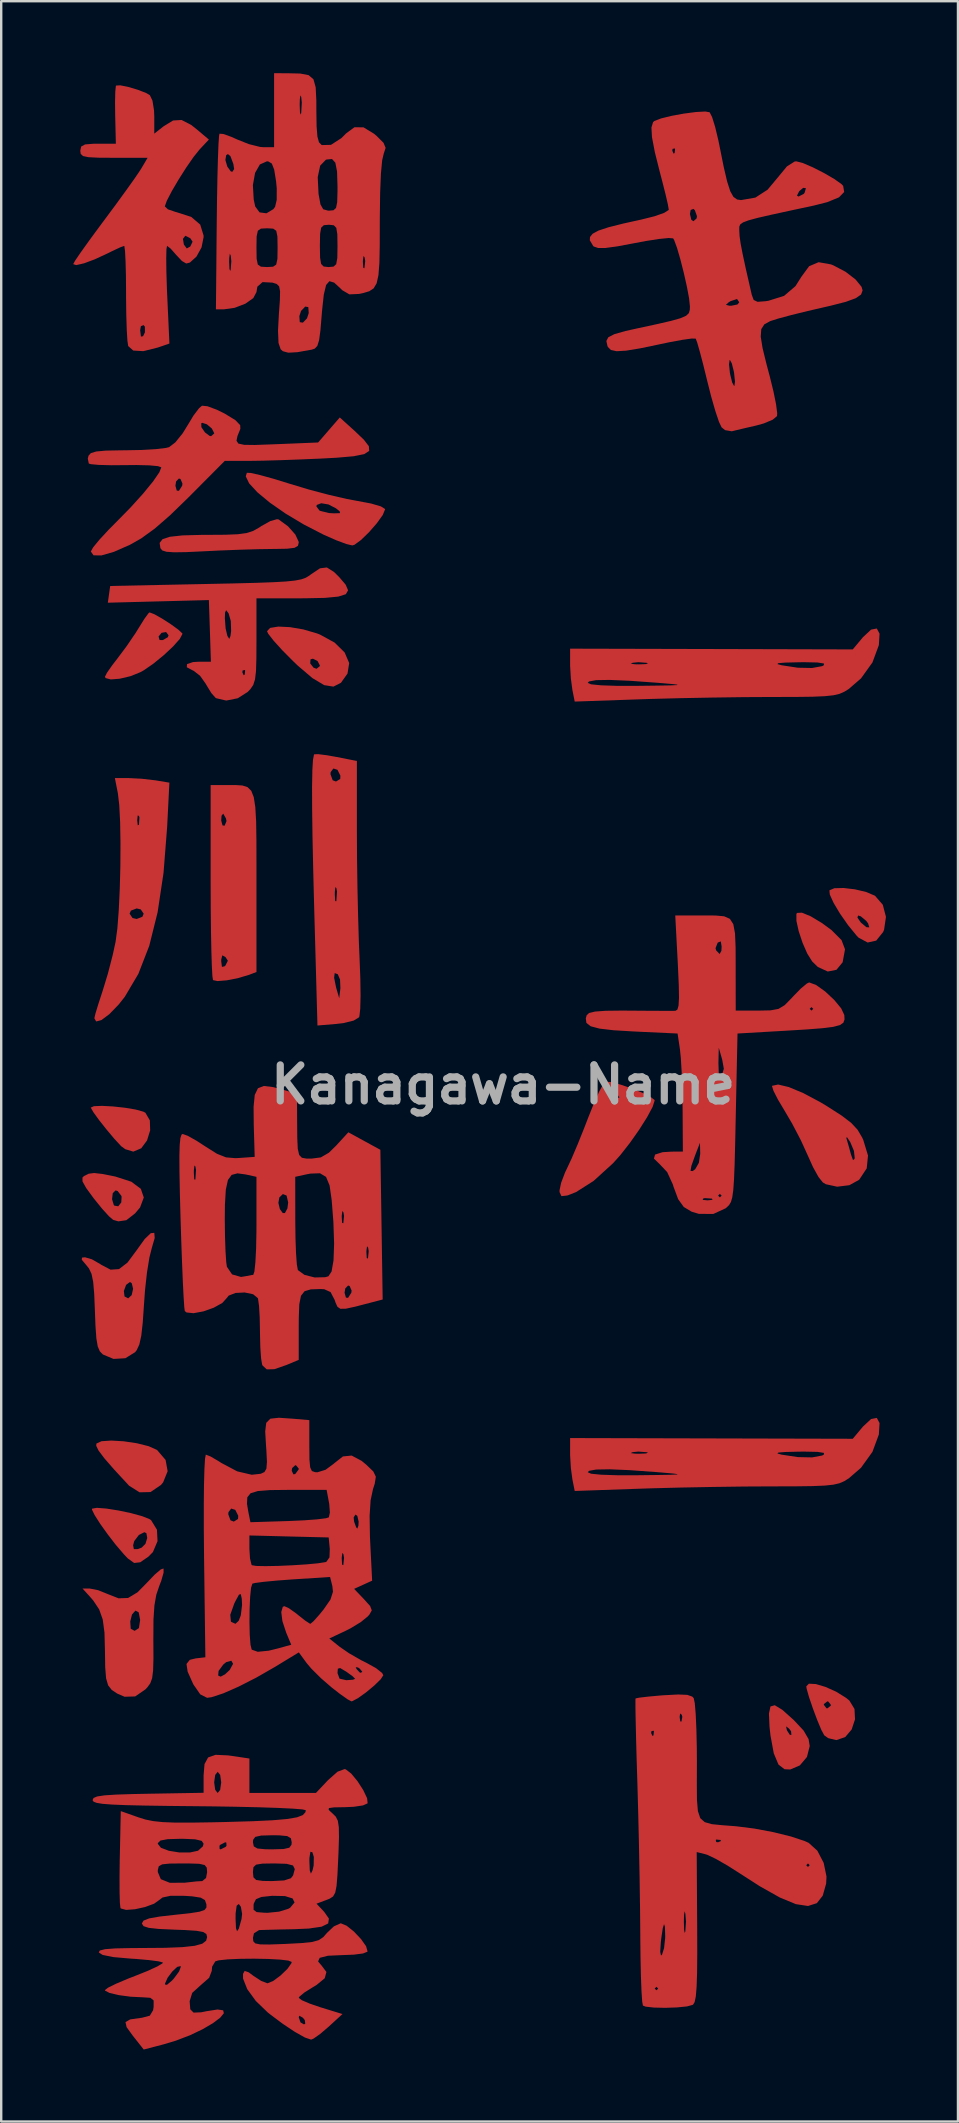
<source format=kicad_pcb>
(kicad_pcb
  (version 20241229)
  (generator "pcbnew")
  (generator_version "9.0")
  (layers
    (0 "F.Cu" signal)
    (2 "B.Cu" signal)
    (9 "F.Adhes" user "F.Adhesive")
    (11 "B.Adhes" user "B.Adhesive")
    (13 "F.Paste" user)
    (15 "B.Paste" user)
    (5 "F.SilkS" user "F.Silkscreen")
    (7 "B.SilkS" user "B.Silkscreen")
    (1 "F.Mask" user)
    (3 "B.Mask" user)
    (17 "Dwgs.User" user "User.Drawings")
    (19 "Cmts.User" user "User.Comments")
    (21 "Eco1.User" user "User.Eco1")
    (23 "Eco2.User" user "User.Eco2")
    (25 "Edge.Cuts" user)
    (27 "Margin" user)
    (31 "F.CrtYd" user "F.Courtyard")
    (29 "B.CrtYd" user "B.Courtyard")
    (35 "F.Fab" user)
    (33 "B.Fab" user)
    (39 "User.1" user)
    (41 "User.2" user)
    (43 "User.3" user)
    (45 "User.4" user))
  (footprint "Kanagawa-Name"
    (layer "F.Cu")
    (at 17.912 42.138)
    (property "Reference" "Kanagawa-Name" (at 0 0 0) (layer "F.Fab") (effects (font (size 1.5 1.5) (thickness 0.3))))
    (attr board_only exclude_from_pos_files exclude_from_bom)
    (fp_poly (pts (xy 12.812 -7.014) (xy 13.28 -6.733) (xy 13.682 -6.438) (xy 14.099 -6.021) (xy 14.241 -5.643) (xy 14.242 -5.631) (xy 14.144 -5.097) (xy 13.887 -4.784) (xy 13.525 -4.712) (xy 13.112 -4.901) (xy 12.877 -5.13) (xy 12.67 -5.461) (xy 12.473 -5.912) (xy 12.313 -6.395) (xy 12.219 -6.823) (xy 12.217 -7.105) (xy 12.242 -7.153) (xy 12.446 -7.164)) (stroke (width 0) (type solid)) (fill yes) (layer "F.Cu"))
    (fp_poly (pts (xy -15.806 14.86) (xy -15.26 14.941) (xy -14.773 15.063) (xy -14.429 15.216) (xy -14.412 15.229) (xy -14.063 15.637) (xy -13.978 16.107) (xy -14.166 16.571) (xy -14.256 16.679) (xy -14.692 16.975) (xy -15.149 16.985) (xy -15.585 16.709) (xy -15.606 16.686) (xy -16.202 16.041) (xy -16.611 15.572) (xy -16.853 15.251) (xy -16.953 15.049) (xy -16.944 14.953) (xy -16.734 14.857) (xy -16.326 14.829)) (stroke (width 0) (type solid)) (fill yes) (layer "F.Cu"))
    (fp_poly (pts (xy -16.255 0.909) (xy -15.759 0.963) (xy -15.31 1.038) (xy -14.989 1.127) (xy -14.904 1.173) (xy -14.719 1.489) (xy -14.706 1.905) (xy -14.836 2.325) (xy -15.077 2.652) (xy -15.401 2.789) (xy -15.414 2.79) (xy -15.742 2.69) (xy -15.913 2.566) (xy -16.2 2.255) (xy -16.526 1.867) (xy -16.836 1.475) (xy -17.072 1.149) (xy -17.177 0.965) (xy -17.178 0.956) (xy -17.048 0.898) (xy -16.712 0.885)) (stroke (width 0) (type solid)) (fill yes) (layer "F.Cu"))
    (fp_poly (pts (xy 11.631 26.047) (xy 12.107 26.473) (xy 12.11 26.476) (xy 12.52 26.914) (xy 12.725 27.267) (xy 12.773 27.554) (xy 12.657 28.012) (xy 12.361 28.363) (xy 11.963 28.533) (xy 11.723 28.523) (xy 11.47 28.326) (xy 11.275 27.86) (xy 11.138 27.116) (xy 11.099 26.758) (xy 11.098 26.736) (xy 11.787 26.736) (xy 11.818 26.883) (xy 11.829 26.911) (xy 11.945 27.091) (xy 12.011 27.092) (xy 11.994 26.937) (xy 11.911 26.829) (xy 11.787 26.736) (xy 11.098 26.736) (xy 11.074 26.205) (xy 11.138 25.907) (xy 11.316 25.856)) (stroke (width 0) (type solid)) (fill yes) (layer "F.Cu"))
    (fp_poly (pts (xy 13.029 24.974) (xy 13.431 25.093) (xy 13.873 25.292) (xy 14.286 25.549) (xy 14.425 25.661) (xy 14.638 26.011) (xy 14.66 26.443) (xy 14.521 26.864) (xy 14.251 27.183) (xy 13.884 27.309) (xy 13.544 27.228) (xy 13.378 27.109) (xy 13.258 26.886) (xy 13.089 26.481) (xy 12.906 25.994) (xy 12.854 25.84) (xy 13.361 25.84) (xy 13.472 25.983) (xy 13.508 25.987) (xy 13.65 25.876) (xy 13.654 25.84) (xy 13.543 25.698) (xy 13.508 25.694) (xy 13.365 25.805) (xy 13.361 25.84) (xy 12.854 25.84) (xy 12.746 25.525) (xy 12.646 25.172) (xy 12.63 25.07) (xy 12.739 24.958)) (stroke (width 0) (type solid)) (fill yes) (layer "F.Cu"))
    (fp_poly (pts (xy 14.658 -8.136) (xy 15.123 -8.026) (xy 15.481 -7.874) (xy 15.495 -7.865) (xy 15.817 -7.494) (xy 15.949 -6.987) (xy 15.87 -6.451) (xy 15.829 -6.355) (xy 15.543 -6) (xy 15.186 -5.92) (xy 14.809 -6.122) (xy 14.735 -6.197) (xy 14.373 -6.64) (xy 14.151 -6.958) (xy 14.76 -6.958) (xy 14.903 -6.753) (xy 15.136 -6.557) (xy 15.256 -6.552) (xy 15.204 -6.719) (xy 15.125 -6.824) (xy 14.901 -7.011) (xy 14.788 -7.047) (xy 14.76 -6.958) (xy 14.151 -6.958) (xy 14.038 -7.119) (xy 13.77 -7.567) (xy 13.61 -7.918) (xy 13.593 -8.094) (xy 13.797 -8.182) (xy 14.184 -8.192)) (stroke (width 0) (type solid)) (fill yes) (layer "F.Cu"))
    (fp_poly (pts (xy -8.884 -19.06) (xy -8.326 -18.965) (xy -7.763 -18.801) (xy -7.635 -18.752) (xy -7.021 -18.416) (xy -6.604 -18.006) (xy -6.414 -17.563) (xy -6.483 -17.131) (xy -6.489 -17.118) (xy -6.757 -16.742) (xy -7.07 -16.582) (xy -7.457 -16.644) (xy -7.945 -16.936) (xy -8.562 -17.462) (xy -8.648 -17.545) (xy -8.037 -17.545) (xy -7.897 -17.369) (xy -7.773 -17.325) (xy -7.637 -17.436) (xy -7.635 -17.463) (xy -7.732 -17.648) (xy -7.924 -17.746) (xy -8.026 -17.716) (xy -8.037 -17.545) (xy -8.648 -17.545) (xy -8.751 -17.643) (xy -9.205 -18.101) (xy -9.566 -18.5) (xy -9.788 -18.786) (xy -9.837 -18.891) (xy -9.708 -19.028) (xy -9.367 -19.083)) (stroke (width 0) (type solid)) (fill yes) (layer "F.Cu"))
    (fp_poly (pts (xy -16.694 3.722) (xy -16.155 3.83) (xy -15.492 4.045) (xy -15.095 4.341) (xy -14.971 4.703) (xy -15.128 5.12) (xy -15.336 5.366) (xy -15.698 5.648) (xy -16.032 5.697) (xy -16.249 5.633) (xy -16.42 5.487) (xy -16.705 5.173) (xy -17.029 4.773) (xy -16.294 4.773) (xy -16.223 5.011) (xy -16.197 5.043) (xy -16.036 5.069) (xy -15.91 4.909) (xy -15.895 4.669) (xy -15.906 4.635) (xy -16.06 4.434) (xy -16.146 4.405) (xy -16.264 4.522) (xy -16.294 4.773) (xy -17.029 4.773) (xy -17.042 4.758) (xy -17.047 4.752) (xy -17.372 4.308) (xy -17.525 4.032) (xy -17.526 3.871) (xy -17.462 3.808) (xy -17.268 3.712) (xy -17.04 3.683)) (stroke (width 0) (type solid)) (fill yes) (layer "F.Cu"))
    (fp_poly (pts (xy -16.533 17.662) (xy -16.028 17.742) (xy -15.501 17.853) (xy -15.038 17.98) (xy -14.725 18.106) (xy -14.668 18.145) (xy -14.423 18.544) (xy -14.399 19.021) (xy -14.59 19.472) (xy -14.775 19.663) (xy -15.121 19.901) (xy -15.373 19.929) (xy -15.638 19.739) (xy -15.804 19.564) (xy -16.124 19.189) (xy -15.416 19.189) (xy -15.386 19.353) (xy -15.234 19.353) (xy -15.061 19.291) (xy -14.902 19.131) (xy -14.828 18.888) (xy -14.862 18.689) (xy -14.946 18.646) (xy -15.176 18.762) (xy -15.369 19.016) (xy -15.416 19.189) (xy -16.124 19.189) (xy -16.133 19.179) (xy -16.474 18.737) (xy -16.784 18.303) (xy -17.017 17.939) (xy -17.13 17.71) (xy -17.129 17.668) (xy -16.929 17.632)) (stroke (width 0) (type solid)) (fill yes) (layer "F.Cu"))
    (fp_poly (pts (xy -9.35 -23.545) (xy -8.961 -23.259) (xy -8.657 -22.917) (xy -8.517 -22.613) (xy -8.516 -22.585) (xy -8.549 -22.446) (xy -8.691 -22.365) (xy -9.001 -22.327) (xy -9.539 -22.317) (xy -9.594 -22.317) (xy -10.196 -22.308) (xy -10.979 -22.285) (xy -11.827 -22.252) (xy -12.433 -22.222) (xy -13.192 -22.186) (xy -13.707 -22.178) (xy -14.028 -22.2) (xy -14.202 -22.256) (xy -14.279 -22.349) (xy -14.28 -22.351) (xy -14.311 -22.569) (xy -14.19 -22.724) (xy -13.883 -22.825) (xy -13.357 -22.882) (xy -12.581 -22.903) (xy -12.324 -22.904) (xy -11.577 -22.909) (xy -11.055 -22.93) (xy -10.692 -22.979) (xy -10.421 -23.066) (xy -10.173 -23.204) (xy -10.068 -23.274) (xy -9.703 -23.477) (xy -9.419 -23.558)) (stroke (width 0) (type solid)) (fill yes) (layer "F.Cu"))
    (fp_poly (pts (xy -14.535 -19.6) (xy -14.21 -19.417) (xy -13.848 -19.184) (xy -13.538 -18.959) (xy -13.37 -18.803) (xy -13.361 -18.779) (xy -13.47 -18.57) (xy -13.753 -18.253) (xy -14.144 -17.888) (xy -14.576 -17.535) (xy -14.983 -17.255) (xy -15.111 -17.184) (xy -15.534 -17.015) (xy -15.973 -16.911) (xy -16.344 -16.881) (xy -16.563 -16.938) (xy -16.589 -16.995) (xy -16.504 -17.161) (xy -16.284 -17.476) (xy -16.061 -17.765) (xy -15.682 -18.273) (xy -15.413 -18.669) (xy -14.356 -18.669) (xy -14.314 -18.523) (xy -14.177 -18.522) (xy -13.971 -18.638) (xy -13.94 -18.72) (xy -14.042 -18.856) (xy -14.231 -18.824) (xy -14.356 -18.669) (xy -15.413 -18.669) (xy -15.313 -18.815) (xy -15.168 -19.05) (xy -14.943 -19.41) (xy -14.778 -19.635) (xy -14.731 -19.674)) (stroke (width 0) (type solid)) (fill yes) (layer "F.Cu"))
    (fp_poly (pts (xy 4.485 -0.107) (xy 4.874 -0.006) (xy 5.337 0.152) (xy 5.786 0.334) (xy 6.139 0.508) (xy 6.309 0.642) (xy 6.313 0.66) (xy 6.227 0.93) (xy 5.996 1.359) (xy 5.666 1.881) (xy 5.28 2.429) (xy 4.882 2.937) (xy 4.579 3.275) (xy 3.771 4.01) (xy 3.039 4.477) (xy 2.679 4.618) (xy 2.429 4.647) (xy 2.351 4.477) (xy 2.349 4.409) (xy 2.415 4.093) (xy 2.579 3.661) (xy 2.665 3.481) (xy 2.854 3.076) (xy 3.104 2.488) (xy 3.376 1.811) (xy 3.535 1.399) (xy 3.777 0.792) (xy 3.935 0.438) (xy 4.48 0.438) (xy 4.511 0.566) (xy 4.616 0.587) (xy 4.818 0.553) (xy 4.845 0.523) (xy 4.738 0.385) (xy 4.544 0.382) (xy 4.48 0.438) (xy 3.935 0.438) (xy 3.998 0.298) (xy 4.171 -0.026) (xy 4.252 -0.121)) (stroke (width 0) (type solid)) (fill yes) (layer "F.Cu"))
    (fp_poly (pts (xy 11.9 0.101) (xy 12.497 0.35) (xy 13.205 0.726) (xy 13.495 0.9) (xy 14.097 1.286) (xy 14.501 1.594) (xy 14.767 1.881) (xy 14.958 2.205) (xy 15.004 2.306) (xy 15.201 2.955) (xy 15.148 3.488) (xy 14.841 3.952) (xy 14.825 3.968) (xy 14.425 4.19) (xy 13.916 4.253) (xy 13.443 4.149) (xy 13.318 4.074) (xy 13.139 3.849) (xy 12.911 3.438) (xy 12.695 2.958) (xy 12.409 2.33) (xy 12.349 2.214) (xy 14.296 2.214) (xy 14.306 2.253) (xy 14.409 2.605) (xy 14.492 2.913) (xy 14.577 3.145) (xy 14.638 3.094) (xy 14.648 3.055) (xy 14.615 2.759) (xy 14.462 2.395) (xy 14.462 2.394) (xy 14.327 2.192) (xy 14.296 2.214) (xy 12.349 2.214) (xy 12.042 1.626) (xy 11.721 1.079) (xy 11.447 0.619) (xy 11.263 0.258) (xy 11.202 0.062) (xy 11.207 0.049) (xy 11.456 -0.004)) (stroke (width 0) (type solid)) (fill yes) (layer "F.Cu"))
    (fp_poly (pts (xy -10.51 -25.483) (xy -10.123 -25.395) (xy -9.573 -25.243) (xy -8.917 -25.041) (xy -8.912 -25.039) (xy -8.111 -24.798) (xy -7.272 -24.575) (xy -6.511 -24.399) (xy -6.078 -24.319) (xy -5.498 -24.209) (xy -5.094 -24.091) (xy -4.921 -23.982) (xy -4.918 -23.969) (xy -5.016 -23.731) (xy -5.263 -23.387) (xy -5.589 -23.014) (xy -5.922 -22.69) (xy -6.194 -22.491) (xy -6.284 -22.464) (xy -6.536 -22.524) (xy -6.96 -22.682) (xy -7.465 -22.905) (xy -7.477 -22.91) (xy -8.304 -23.336) (xy -9.061 -23.789) (xy -9.495 -24.091) (xy -7.782 -24.091) (xy -7.645 -23.91) (xy -7.259 -23.813) (xy -7.047 -23.801) (xy -6.794 -23.809) (xy -6.811 -23.887) (xy -6.965 -24.01) (xy -7.276 -24.171) (xy -7.577 -24.222) (xy -7.763 -24.152) (xy -7.782 -24.091) (xy -9.495 -24.091) (xy -9.716 -24.244) (xy -10.234 -24.673) (xy -10.581 -25.048) (xy -10.723 -25.342) (xy -10.677 -25.49)) (stroke (width 0) (type solid)) (fill yes) (layer "F.Cu"))
    (fp_poly (pts (xy -10.864 -12.463) (xy -10.649 -12.394) (xy -10.494 -12.242) (xy -10.389 -11.974) (xy -10.325 -11.558) (xy -10.291 -10.963) (xy -10.279 -10.155) (xy -10.277 -9.103) (xy -10.277 -8.433) (xy -10.277 -4.691) (xy -10.608 -4.568) (xy -11.059 -4.433) (xy -11.524 -4.344) (xy -11.901 -4.314) (xy -12.087 -4.354) (xy -12.113 -4.521) (xy -12.136 -4.944) (xy -12.142 -5.139) (xy -11.746 -5.139) (xy -11.716 -4.905) (xy -11.605 -4.929) (xy -11.569 -4.963) (xy -11.469 -5.162) (xy -11.569 -5.315) (xy -11.701 -5.387) (xy -11.745 -5.209) (xy -11.746 -5.139) (xy -12.142 -5.139) (xy -12.156 -5.582) (xy -12.172 -6.397) (xy -12.182 -7.351) (xy -12.186 -8.404) (xy -12.186 -8.467) (xy -12.186 -11.003) (xy -11.746 -11.003) (xy -11.691 -10.798) (xy -11.605 -10.787) (xy -11.525 -10.978) (xy -11.548 -11.09) (xy -11.662 -11.29) (xy -11.732 -11.204) (xy -11.746 -11.003) (xy -12.186 -11.003) (xy -12.186 -12.48) (xy -11.516 -12.48) (xy -11.15 -12.481)) (stroke (width 0) (type solid)) (fill yes) (layer "F.Cu"))
    (fp_poly (pts (xy -14.517 6.391) (xy -14.633 6.79) (xy -14.737 7.2) (xy -14.837 7.816) (xy -14.919 8.551) (xy -14.961 9.129) (xy -15.015 9.915) (xy -15.076 10.462) (xy -15.157 10.826) (xy -15.267 11.063) (xy -15.333 11.148) (xy -15.74 11.399) (xy -16.232 11.428) (xy -16.673 11.244) (xy -16.802 11.113) (xy -16.89 10.907) (xy -16.948 10.567) (xy -16.985 10.037) (xy -17.007 9.445) (xy -17.037 8.716) (xy -17.047 8.598) (xy -15.802 8.598) (xy -15.774 8.825) (xy -15.621 8.905) (xy -15.476 8.77) (xy -15.416 8.507) (xy -15.473 8.273) (xy -15.547 8.222) (xy -15.708 8.342) (xy -15.802 8.598) (xy -17.047 8.598) (xy -17.08 8.217) (xy -17.148 7.887) (xy -17.254 7.661) (xy -17.363 7.525) (xy -17.555 7.296) (xy -17.546 7.207) (xy -17.418 7.194) (xy -17.133 7.278) (xy -16.779 7.481) (xy -16.748 7.503) (xy -16.355 7.71) (xy -16.003 7.686) (xy -15.65 7.414) (xy -15.265 6.894) (xy -14.931 6.43) (xy -14.679 6.189) (xy -14.534 6.175)) (stroke (width 0) (type solid)) (fill yes) (layer "F.Cu"))
    (fp_poly (pts (xy -14.147 20.335) (xy -14.246 20.679) (xy -14.324 20.879) (xy -14.451 21.254) (xy -14.529 21.7) (xy -14.568 22.29) (xy -14.573 23.094) (xy -14.573 23.178) (xy -14.569 23.906) (xy -14.583 24.402) (xy -14.623 24.728) (xy -14.702 24.945) (xy -14.828 25.116) (xy -14.906 25.197) (xy -15.332 25.49) (xy -15.773 25.502) (xy -16.077 25.371) (xy -16.309 25.216) (xy -16.458 25.025) (xy -16.542 24.733) (xy -16.579 24.276) (xy -16.589 23.592) (xy -16.609 22.831) (xy -16.671 22.365) (xy -15.536 22.365) (xy -15.515 22.671) (xy -15.353 22.757) (xy -15.175 22.643) (xy -15.123 22.305) (xy -15.183 21.986) (xy -15.32 21.913) (xy -15.463 22.076) (xy -15.536 22.365) (xy -16.671 22.365) (xy -16.682 22.282) (xy -16.831 21.862) (xy -17.077 21.493) (xy -17.222 21.326) (xy -17.523 20.995) (xy -17.22 20.995) (xy -16.874 21.063) (xy -16.497 21.215) (xy -16.022 21.402) (xy -15.624 21.387) (xy -15.231 21.15) (xy -14.84 20.752) (xy -14.514 20.411) (xy -14.262 20.198) (xy -14.148 20.159)) (stroke (width 0) (type solid)) (fill yes) (layer "F.Cu"))
    (fp_poly (pts (xy -15.613 -12.772) (xy -15.061 -12.744) (xy -14.5 -12.679) (xy -14.477 -12.676) (xy -13.905 -12.581) (xy -13.999 -10.727) (xy -14.149 -8.822) (xy -14.396 -7.179) (xy -14.744 -5.782) (xy -15.197 -4.616) (xy -15.761 -3.662) (xy -16.015 -3.34) (xy -16.406 -2.936) (xy -16.733 -2.692) (xy -16.955 -2.631) (xy -17.031 -2.764) (xy -16.987 -2.954) (xy -16.87 -3.341) (xy -16.706 -3.845) (xy -16.687 -3.902) (xy -16.471 -4.61) (xy -16.266 -5.399) (xy -16.147 -5.946) (xy -16.072 -6.504) (xy -16.025 -7.121) (xy -15.563 -7.121) (xy -15.441 -6.941) (xy -15.269 -6.901) (xy -15.03 -6.992) (xy -14.976 -7.121) (xy -15.098 -7.3) (xy -15.269 -7.341) (xy -15.509 -7.249) (xy -15.563 -7.121) (xy -16.025 -7.121) (xy -16.014 -7.265) (xy -15.972 -8.158) (xy -15.947 -9.114) (xy -15.942 -10.06) (xy -15.957 -10.927) (xy -15.961 -11.012) (xy -15.246 -11.012) (xy -15.223 -10.803) (xy -15.172 -10.828) (xy -15.153 -11.129) (xy -15.172 -11.195) (xy -15.226 -11.214) (xy -15.246 -11.012) (xy -15.961 -11.012) (xy -15.993 -11.644) (xy -16.051 -12.141) (xy -16.053 -12.149) (xy -16.176 -12.773)) (stroke (width 0) (type solid)) (fill yes) (layer "F.Cu"))
    (fp_poly (pts (xy -7.34 -13.722) (xy -6.952 -13.653) (xy -6.093 -13.484) (xy -6.093 -10.523) (xy -6.087 -9.415) (xy -6.07 -8.216) (xy -6.043 -7.029) (xy -6.011 -5.955) (xy -5.983 -5.286) (xy -5.95 -4.421) (xy -5.94 -3.696) (xy -5.954 -3.155) (xy -5.989 -2.846) (xy -6.006 -2.803) (xy -6.229 -2.668) (xy -6.656 -2.563) (xy -6.938 -2.53) (xy -7.736 -2.463) (xy -7.791 -4.451) (xy -7.042 -4.451) (xy -6.959 -4.045) (xy -6.936 -3.964) (xy -6.829 -3.597) (xy -6.78 -4.019) (xy -6.795 -4.378) (xy -6.889 -4.599) (xy -7.018 -4.647) (xy -7.042 -4.451) (xy -7.791 -4.451) (xy -7.866 -7.141) (xy -7.887 -7.928) (xy -7.013 -7.928) (xy -6.998 -7.661) (xy -6.96 -7.63) (xy -6.946 -7.671) (xy -6.923 -8.044) (xy -6.946 -8.185) (xy -6.989 -8.231) (xy -7.012 -8.028) (xy -7.013 -7.928) (xy -7.887 -7.928) (xy -7.911 -8.872) (xy -7.942 -10.321) (xy -7.958 -11.5) (xy -7.961 -12.42) (xy -7.951 -12.932) (xy -7.194 -12.932) (xy -7.101 -12.68) (xy -6.963 -12.627) (xy -6.787 -12.737) (xy -6.78 -12.871) (xy -6.902 -13.116) (xy -7.072 -13.171) (xy -7.186 -13.02) (xy -7.194 -12.932) (xy -7.951 -12.932) (xy -7.949 -13.093) (xy -7.922 -13.53) (xy -7.882 -13.742) (xy -7.87 -13.762) (xy -7.706 -13.768)) (stroke (width 0) (type solid)) (fill yes) (layer "F.Cu"))
    (fp_poly (pts (xy -7.043 -21.355) (xy -6.836 -21.151) (xy -6.561 -20.829) (xy -6.46 -20.594) (xy -6.555 -20.432) (xy -6.869 -20.332) (xy -7.427 -20.279) (xy -8.249 -20.262) (xy -8.438 -20.261) (xy -10.277 -20.261) (xy -10.277 -18.493) (xy -10.281 -17.741) (xy -10.297 -17.223) (xy -10.338 -16.88) (xy -10.411 -16.652) (xy -10.528 -16.48) (xy -10.638 -16.364) (xy -11.056 -16.097) (xy -11.536 -16.001) (xy -11.956 -16.099) (xy -11.982 -16.116) (xy -12.156 -16.312) (xy -12.362 -16.648) (xy -12.384 -16.69) (xy -12.626 -17.033) (xy -12.813 -17.178) (xy -10.865 -17.178) (xy -10.811 -17.057) (xy -10.767 -17.08) (xy -10.749 -17.254) (xy -10.767 -17.276) (xy -10.854 -17.256) (xy -10.865 -17.178) (xy -12.813 -17.178) (xy -12.895 -17.242) (xy -12.919 -17.251) (xy -13.179 -17.388) (xy -13.171 -17.519) (xy -12.919 -17.605) (xy -12.694 -17.618) (xy -12.175 -17.618) (xy -12.217 -18.903) (xy -12.234 -19.429) (xy -11.594 -19.429) (xy -11.563 -19.008) (xy -11.489 -18.695) (xy -11.409 -18.569) (xy -11.358 -18.696) (xy -11.333 -18.9) (xy -11.346 -19.316) (xy -11.438 -19.634) (xy -11.542 -19.768) (xy -11.586 -19.664) (xy -11.594 -19.429) (xy -12.234 -19.429) (xy -12.26 -20.188) (xy -14.364 -20.133) (xy -16.469 -20.078) (xy -16.42 -20.427) (xy -16.371 -20.775) (xy -12.392 -20.857) (xy -11.205 -20.882) (xy -10.275 -20.906) (xy -9.567 -20.932) (xy -9.044 -20.962) (xy -8.67 -21.001) (xy -8.41 -21.051) (xy -8.227 -21.116) (xy -8.085 -21.2) (xy -8.004 -21.261) (xy -7.63 -21.511) (xy -7.343 -21.546)) (stroke (width 0) (type solid)) (fill yes) (layer "F.Cu"))
    (fp_poly (pts (xy 15.682 -18.788) (xy 15.654 -18.322) (xy 15.651 -18.307) (xy 15.387 -17.59) (xy 14.908 -16.923) (xy 14.4 -16.484) (xy 14.211 -16.367) (xy 14.012 -16.28) (xy 13.758 -16.221) (xy 13.4 -16.183) (xy 12.892 -16.161) (xy 12.188 -16.152) (xy 11.239 -16.15) (xy 11.173 -16.15) (xy 10.029 -16.144) (xy 8.725 -16.126) (xy 7.392 -16.101) (xy 6.165 -16.069) (xy 5.712 -16.054) (xy 2.982 -15.959) (xy 2.886 -16.44) (xy 2.846 -16.738) (xy 3.524 -16.738) (xy 3.666 -16.677) (xy 4.079 -16.636) (xy 4.738 -16.614) (xy 5.616 -16.614) (xy 6.429 -16.624) (xy 6.964 -16.633) (xy 7.238 -16.645) (xy 7.268 -16.662) (xy 7.07 -16.687) (xy 6.66 -16.723) (xy 6.387 -16.745) (xy 5.27 -16.826) (xy 4.435 -16.861) (xy 3.874 -16.852) (xy 3.578 -16.797) (xy 3.524 -16.738) (xy 2.846 -16.738) (xy 2.822 -16.914) (xy 2.79 -17.457) (xy 2.79 -17.537) (xy 5.316 -17.537) (xy 5.492 -17.513) (xy 5.653 -17.509) (xy 5.955 -17.521) (xy 5.955 -17.521) (xy 11.425 -17.521) (xy 11.599 -17.472) (xy 12.28 -17.369) (xy 12.871 -17.357) (xy 13.287 -17.434) (xy 13.361 -17.472) (xy 13.365 -17.545) (xy 13.098 -17.587) (xy 12.55 -17.599) (xy 12.333 -17.597) (xy 11.761 -17.583) (xy 11.464 -17.559) (xy 11.425 -17.521) (xy 5.955 -17.521) (xy 6.033 -17.554) (xy 5.985 -17.573) (xy 5.632 -17.6) (xy 5.397 -17.576) (xy 5.316 -17.537) (xy 2.79 -17.537) (xy 2.79 -17.542) (xy 2.79 -18.163) (xy 8.678 -18.148) (xy 14.566 -18.132) (xy 14.99 -18.64) (xy 15.329 -18.957) (xy 15.567 -19.003)) (stroke (width 0) (type solid)) (fill yes) (layer "F.Cu"))
    (fp_poly (pts (xy 15.682 14.1) (xy 15.654 14.566) (xy 15.651 14.581) (xy 15.387 15.298) (xy 14.908 15.964) (xy 14.4 16.404) (xy 14.211 16.521) (xy 14.012 16.608) (xy 13.758 16.667) (xy 13.4 16.705) (xy 12.892 16.726) (xy 12.188 16.736) (xy 11.239 16.738) (xy 11.173 16.738) (xy 10.029 16.744) (xy 8.725 16.762) (xy 7.392 16.787) (xy 6.165 16.819) (xy 5.712 16.834) (xy 2.982 16.929) (xy 2.886 16.448) (xy 2.846 16.15) (xy 3.524 16.15) (xy 3.666 16.211) (xy 4.079 16.252) (xy 4.738 16.274) (xy 5.616 16.274) (xy 6.429 16.264) (xy 6.964 16.255) (xy 7.238 16.243) (xy 7.268 16.226) (xy 7.07 16.201) (xy 6.66 16.165) (xy 6.387 16.143) (xy 5.27 16.062) (xy 4.435 16.026) (xy 3.874 16.036) (xy 3.578 16.09) (xy 3.524 16.15) (xy 2.846 16.15) (xy 2.822 15.974) (xy 2.79 15.431) (xy 2.79 15.351) (xy 5.316 15.351) (xy 5.492 15.375) (xy 5.653 15.379) (xy 5.955 15.367) (xy 5.955 15.367) (xy 11.425 15.367) (xy 11.599 15.416) (xy 12.28 15.518) (xy 12.871 15.531) (xy 13.287 15.454) (xy 13.361 15.416) (xy 13.365 15.343) (xy 13.098 15.301) (xy 12.55 15.289) (xy 12.333 15.291) (xy 11.761 15.305) (xy 11.464 15.329) (xy 11.425 15.367) (xy 5.955 15.367) (xy 6.033 15.334) (xy 5.985 15.315) (xy 5.632 15.288) (xy 5.397 15.312) (xy 5.316 15.351) (xy 2.79 15.351) (xy 2.79 15.346) (xy 2.79 14.725) (xy 8.678 14.74) (xy 14.566 14.755) (xy 14.99 14.248) (xy 15.329 13.931) (xy 15.567 13.885)) (stroke (width 0) (type solid)) (fill yes) (layer "F.Cu"))
    (fp_poly (pts (xy -12.316 -28.262) (xy -11.932 -28.119) (xy -11.6 -27.956) (xy -11.156 -27.684) (xy -10.955 -27.475) (xy -10.949 -27.319) (xy -11.069 -27.022) (xy -11.109 -26.824) (xy -11.03 -26.707) (xy -10.789 -26.655) (xy -10.346 -26.649) (xy -9.661 -26.674) (xy -9.445 -26.682) (xy -7.708 -26.753) (xy -7.257 -27.274) (xy -6.806 -27.796) (xy -6.193 -27.241) (xy -5.805 -26.871) (xy -5.594 -26.597) (xy -5.581 -26.402) (xy -5.785 -26.269) (xy -6.227 -26.18) (xy -6.927 -26.119) (xy -7.584 -26.083) (xy -8.431 -26.047) (xy -9.275 -26.016) (xy -10.02 -25.995) (xy -10.572 -25.987) (xy -10.593 -25.987) (xy -11.597 -25.987) (xy -13.103 -24.472) (xy -13.874 -23.723) (xy -14.516 -23.165) (xy -15.079 -22.757) (xy -15.55 -22.49) (xy -16.222 -22.195) (xy -16.737 -22.047) (xy -17.065 -22.052) (xy -17.178 -22.211) (xy -17.079 -22.388) (xy -16.811 -22.713) (xy -16.422 -23.132) (xy -16.134 -23.422) (xy -15.525 -24.042) (xy -14.997 -24.626) (xy -14.731 -24.951) (xy -13.654 -24.951) (xy -13.598 -24.748) (xy -13.508 -24.739) (xy -13.372 -24.952) (xy -13.361 -25.042) (xy -13.443 -25.231) (xy -13.508 -25.253) (xy -13.626 -25.13) (xy -13.654 -24.951) (xy -14.731 -24.951) (xy -14.585 -25.13) (xy -14.322 -25.513) (xy -14.242 -25.717) (xy -14.378 -25.767) (xy -14.745 -25.801) (xy -15.282 -25.814) (xy -15.702 -25.81) (xy -16.33 -25.805) (xy -16.845 -25.819) (xy -17.177 -25.849) (xy -17.262 -25.876) (xy -17.304 -26.08) (xy -17.274 -26.201) (xy -17.179 -26.308) (xy -16.957 -26.377) (xy -16.558 -26.414) (xy -15.931 -26.427) (xy -15.724 -26.428) (xy -15.06 -26.441) (xy -14.475 -26.475) (xy -14.052 -26.525) (xy -13.916 -26.559) (xy -13.655 -26.759) (xy -13.351 -27.136) (xy -13.158 -27.45) (xy -13.095 -27.553) (xy -12.578 -27.553) (xy -12.572 -27.39) (xy -12.424 -27.174) (xy -12.228 -27.027) (xy -12.168 -27.015) (xy -12.041 -27.125) (xy -12.039 -27.144) (xy -12.136 -27.335) (xy -12.342 -27.51) (xy -12.537 -27.573) (xy -12.578 -27.553) (xy -13.095 -27.553) (xy -12.902 -27.874) (xy -12.669 -28.181) (xy -12.545 -28.286)) (stroke (width 0) (type solid)) (fill yes) (layer "F.Cu"))
    (fp_poly (pts (xy -15.608 -41.563) (xy -15.212 -41.445) (xy -14.869 -41.311) (xy -14.719 -41.223) (xy -14.61 -40.996) (xy -14.545 -40.587) (xy -14.535 -40.347) (xy -14.535 -39.62) (xy -14.148 -39.925) (xy -13.752 -40.168) (xy -13.398 -40.19) (xy -13 -39.985) (xy -12.768 -39.802) (xy -12.26 -39.374) (xy -12.65 -38.957) (xy -12.899 -38.647) (xy -13.205 -38.205) (xy -13.523 -37.704) (xy -13.807 -37.22) (xy -14.012 -36.825) (xy -14.095 -36.593) (xy -14.095 -36.589) (xy -13.967 -36.467) (xy -13.657 -36.361) (xy -13.625 -36.354) (xy -12.995 -36.151) (xy -12.621 -35.832) (xy -12.482 -35.38) (xy -12.48 -35.307) (xy -12.565 -34.882) (xy -12.777 -34.497) (xy -13.05 -34.25) (xy -13.203 -34.209) (xy -13.381 -34.314) (xy -13.621 -34.567) (xy -13.628 -34.576) (xy -13.853 -34.831) (xy -14 -34.943) (xy -14.003 -34.943) (xy -14.028 -34.806) (xy -14.037 -34.427) (xy -14.03 -33.861) (xy -14.008 -33.16) (xy -13.997 -32.91) (xy -13.904 -30.876) (xy -14.389 -30.708) (xy -14.989 -30.558) (xy -15.411 -30.583) (xy -15.621 -30.771) (xy -15.654 -30.999) (xy -15.68 -31.428) (xy -15.123 -31.428) (xy -15.09 -31.164) (xy -15.002 -31.18) (xy -14.924 -31.342) (xy -14.926 -31.578) (xy -14.982 -31.644) (xy -15.093 -31.596) (xy -15.123 -31.428) (xy -15.68 -31.428) (xy -15.681 -31.457) (xy -15.701 -32.085) (xy -15.71 -32.819) (xy -15.71 -32.973) (xy -15.715 -33.695) (xy -15.731 -34.299) (xy -15.753 -34.729) (xy -15.781 -34.934) (xy -15.789 -34.943) (xy -15.956 -34.882) (xy -16.288 -34.727) (xy -16.482 -34.63) (xy -17.01 -34.385) (xy -17.465 -34.216) (xy -17.787 -34.143) (xy -17.912 -34.184) (xy -17.912 -34.186) (xy -17.829 -34.334) (xy -17.599 -34.672) (xy -17.253 -35.155) (xy -17.193 -35.238) (xy -13.341 -35.238) (xy -13.301 -34.999) (xy -13.18 -34.836) (xy -13.033 -34.919) (xy -12.939 -35.119) (xy -13.035 -35.264) (xy -13.24 -35.366) (xy -13.341 -35.238) (xy -17.193 -35.238) (xy -16.824 -35.74) (xy -16.625 -36.007) (xy -16.142 -36.658) (xy -15.703 -37.262) (xy -15.347 -37.762) (xy -15.116 -38.103) (xy -15.075 -38.169) (xy -14.812 -38.614) (xy -16.215 -38.614) (xy -16.866 -38.618) (xy -17.277 -38.639) (xy -17.504 -38.687) (xy -17.599 -38.775) (xy -17.618 -38.908) (xy -17.58 -39.083) (xy -17.418 -39.171) (xy -17.059 -39.2) (xy -16.877 -39.201) (xy -16.135 -39.201) (xy -16.163 -40.379) (xy -16.169 -40.936) (xy -16.159 -41.369) (xy -16.135 -41.604) (xy -16.126 -41.623) (xy -15.949 -41.633)) (stroke (width 0) (type solid)) (fill yes) (layer "F.Cu"))
    (fp_poly (pts (xy 7.675 25.425) (xy 7.882 25.498) (xy 7.94 25.561) (xy 7.984 25.771) (xy 8.022 26.221) (xy 8.051 26.858) (xy 8.069 27.627) (xy 8.073 28.224) (xy 8.07 29.142) (xy 8.075 29.809) (xy 8.114 30.268) (xy 8.212 30.56) (xy 8.396 30.726) (xy 8.691 30.811) (xy 9.123 30.854) (xy 9.702 30.898) (xy 10.464 30.994) (xy 11.259 31.144) (xy 11.992 31.325) (xy 12.566 31.515) (xy 12.73 31.59) (xy 13.091 31.918) (xy 13.354 32.423) (xy 13.472 32.991) (xy 13.457 33.287) (xy 13.315 33.79) (xy 13.07 34.102) (xy 12.702 34.22) (xy 12.195 34.143) (xy 11.528 33.867) (xy 10.684 33.392) (xy 9.876 32.872) (xy 9.345 32.534) (xy 9.322 32.521) (xy 12.627 32.521) (xy 12.7 32.594) (xy 12.773 32.521) (xy 12.7 32.447) (xy 12.627 32.521) (xy 9.322 32.521) (xy 8.862 32.258) (xy 8.511 32.09) (xy 8.439 32.067) (xy 8.065 31.973) (xy 8.084 35.092) (xy 8.087 36.174) (xy 8.08 36.996) (xy 8.06 37.59) (xy 8.027 37.989) (xy 7.977 38.226) (xy 7.91 38.334) (xy 7.906 38.337) (xy 7.662 38.404) (xy 7.242 38.446) (xy 6.748 38.463) (xy 6.279 38.452) (xy 5.935 38.413) (xy 5.824 38.369) (xy 5.793 38.199) (xy 5.765 37.781) (xy 5.76 37.66) (xy 6.313 37.66) (xy 6.387 37.733) (xy 6.46 37.66) (xy 6.387 37.586) (xy 6.313 37.66) (xy 5.76 37.66) (xy 5.741 37.162) (xy 5.724 36.389) (xy 5.721 36.13) (xy 6.544 36.13) (xy 6.576 36.283) (xy 6.62 36.248) (xy 6.705 35.975) (xy 6.75 35.56) (xy 6.752 35.469) (xy 6.74 35.081) (xy 6.704 34.975) (xy 6.651 35.141) (xy 6.587 35.572) (xy 6.569 35.734) (xy 6.544 36.13) (xy 5.721 36.13) (xy 5.714 35.509) (xy 5.714 35.396) (xy 5.709 34.87) (xy 7.53 34.87) (xy 7.539 35.218) (xy 7.565 35.345) (xy 7.591 35.276) (xy 7.618 34.873) (xy 7.593 34.542) (xy 7.56 34.44) (xy 7.536 34.598) (xy 7.53 34.87) (xy 5.709 34.87) (xy 5.704 34.333) (xy 5.686 33.078) (xy 5.66 31.732) (xy 5.654 31.469) (xy 8.858 31.469) (xy 8.878 31.556) (xy 8.956 31.566) (xy 9.077 31.513) (xy 9.054 31.469) (xy 8.88 31.451) (xy 8.858 31.469) (xy 5.654 31.469) (xy 5.629 30.394) (xy 5.595 29.168) (xy 5.592 29.071) (xy 5.562 28.096) (xy 5.538 27.224) (xy 5.534 27.015) (xy 6.166 27.015) (xy 6.22 27.136) (xy 6.264 27.113) (xy 6.282 26.939) (xy 6.264 26.917) (xy 6.177 26.937) (xy 6.166 27.015) (xy 5.534 27.015) (xy 5.522 26.497) (xy 5.519 26.342) (xy 7.353 26.342) (xy 7.38 26.533) (xy 7.43 26.535) (xy 7.465 26.338) (xy 7.441 26.253) (xy 7.376 26.198) (xy 7.353 26.342) (xy 5.519 26.342) (xy 5.512 25.954) (xy 5.512 25.638) (xy 5.516 25.573) (xy 5.668 25.541) (xy 6.04 25.497) (xy 6.557 25.45) (xy 6.68 25.441) (xy 7.294 25.408)) (stroke (width 0) (type solid)) (fill yes) (layer "F.Cu"))
    (fp_poly (pts (xy 8.846 -7.046) (xy 9.207 -7.013) (xy 9.446 -6.907) (xy 9.589 -6.684) (xy 9.66 -6.302) (xy 9.685 -5.719) (xy 9.688 -4.891) (xy 9.688 -4.735) (xy 9.69 -3.083) (xy 10.62 -3.083) (xy 11.139 -3.094) (xy 11.472 -3.155) (xy 11.475 -3.157) (xy 12.773 -3.157) (xy 12.847 -3.083) (xy 12.92 -3.157) (xy 12.847 -3.23) (xy 12.773 -3.157) (xy 11.475 -3.157) (xy 11.729 -3.31) (xy 12.017 -3.603) (xy 12.078 -3.671) (xy 12.398 -3.999) (xy 12.654 -4.212) (xy 12.751 -4.258) (xy 13.039 -4.151) (xy 13.414 -3.883) (xy 13.79 -3.532) (xy 14.085 -3.175) (xy 14.214 -2.899) (xy 14.223 -2.716) (xy 14.175 -2.58) (xy 14.032 -2.481) (xy 13.753 -2.407) (xy 13.299 -2.35) (xy 12.632 -2.298) (xy 11.713 -2.242) (xy 11.672 -2.24) (xy 9.764 -2.129) (xy 9.69 1.371) (xy 9.666 2.473) (xy 9.644 3.319) (xy 9.619 3.946) (xy 9.588 4.392) (xy 9.546 4.695) (xy 9.489 4.891) (xy 9.412 5.02) (xy 9.312 5.117) (xy 9.27 5.152) (xy 8.758 5.388) (xy 8.153 5.384) (xy 7.85 5.293) (xy 7.525 5.097) (xy 7.312 4.801) (xy 8.314 4.801) (xy 8.516 4.822) (xy 8.724 4.799) (xy 8.699 4.748) (xy 8.399 4.728) (xy 8.332 4.748) (xy 8.314 4.801) (xy 7.312 4.801) (xy 7.292 4.773) (xy 7.237 4.625) (xy 8.956 4.625) (xy 9.029 4.698) (xy 9.103 4.625) (xy 9.029 4.551) (xy 8.956 4.625) (xy 7.237 4.625) (xy 7.095 4.244) (xy 7.072 4.164) (xy 6.835 3.645) (xy 6.789 3.596) (xy 7.807 3.596) (xy 7.897 3.601) (xy 8.002 3.524) (xy 8.156 3.255) (xy 8.211 2.882) (xy 8.2 2.423) (xy 8.002 2.936) (xy 7.842 3.385) (xy 7.807 3.596) (xy 6.789 3.596) (xy 6.513 3.304) (xy 6.282 3.082) (xy 6.33 2.914) (xy 6.643 2.815) (xy 7.011 2.792) (xy 7.488 2.79) (xy 7.477 0.991) (xy 7.464 0.221) (xy 7.439 -0.508) (xy 7.416 -0.888) (xy 8.969 -0.888) (xy 8.983 -0.488) (xy 9.05 -0.356) (xy 9.112 -0.391) (xy 9.195 -0.66) (xy 9.126 -1.044) (xy 8.983 -1.542) (xy 8.969 -0.888) (xy 7.416 -0.888) (xy 7.403 -1.11) (xy 7.367 -1.468) (xy 7.268 -2.129) (xy 5.456 -2.214) (xy 4.606 -2.265) (xy 4.015 -2.334) (xy 3.648 -2.431) (xy 3.469 -2.57) (xy 3.444 -2.762) (xy 3.482 -2.894) (xy 3.583 -2.985) (xy 3.829 -3.044) (xy 4.266 -3.076) (xy 4.935 -3.084) (xy 5.267 -3.082) (xy 5.961 -3.077) (xy 6.556 -3.074) (xy 6.987 -3.073) (xy 7.177 -3.075) (xy 7.259 -3.124) (xy 7.308 -3.291) (xy 7.327 -3.619) (xy 7.318 -4.148) (xy 7.283 -4.922) (xy 7.276 -5.065) (xy 7.243 -5.685) (xy 8.848 -5.685) (xy 8.875 -5.592) (xy 9.02 -5.441) (xy 9.093 -5.575) (xy 9.103 -5.755) (xy 9.067 -5.968) (xy 8.943 -5.918) (xy 8.939 -5.915) (xy 8.848 -5.685) (xy 7.243 -5.685) (xy 7.171 -7.047) (xy 8.34 -7.047)) (stroke (width 0) (type solid)) (fill yes) (layer "F.Cu"))
    (fp_poly (pts (xy -9.589 0.102) (xy -9.295 0.179) (xy -8.589 0.381) (xy -8.583 1.549) (xy -8.577 2.233) (xy -8.556 2.676) (xy -8.498 2.93) (xy -8.384 3.048) (xy -8.192 3.082) (xy -7.985 3.083) (xy -7.595 3.032) (xy -7.26 2.837) (xy -6.951 2.534) (xy -6.449 1.986) (xy -5.782 2.351) (xy -5.115 2.716) (xy -5.067 5.834) (xy -5.019 8.952) (xy -5.556 9.093) (xy -6.169 9.252) (xy -6.557 9.336) (xy -6.782 9.339) (xy -6.903 9.256) (xy -6.982 9.082) (xy -7.021 8.967) (xy -7.175 8.671) (xy -6.607 8.671) (xy -6.55 8.874) (xy -6.46 8.883) (xy -6.325 8.67) (xy -6.313 8.58) (xy -6.395 8.391) (xy -6.46 8.369) (xy -6.578 8.492) (xy -6.607 8.671) (xy -7.175 8.671) (xy -7.191 8.642) (xy -7.454 8.524) (xy -7.615 8.516) (xy -8.014 8.53) (xy -8.273 8.607) (xy -8.423 8.798) (xy -8.494 9.156) (xy -8.514 9.733) (xy -8.516 10.08) (xy -8.516 11.467) (xy -9.025 11.68) (xy -9.533 11.856) (xy -9.849 11.863) (xy -10.023 11.702) (xy -10.042 11.66) (xy -10.084 11.408) (xy -10.116 10.952) (xy -10.13 10.384) (xy -10.131 10.277) (xy -10.142 9.698) (xy -10.17 9.216) (xy -10.212 8.921) (xy -10.22 8.895) (xy -10.417 8.733) (xy -10.768 8.66) (xy -11.148 8.679) (xy -11.435 8.79) (xy -11.503 8.878) (xy -11.7 9.096) (xy -12.06 9.296) (xy -12.491 9.448) (xy -12.9 9.523) (xy -13.192 9.492) (xy -13.263 9.433) (xy -13.285 9.262) (xy -13.313 8.838) (xy -13.345 8.203) (xy -13.378 7.397) (xy -13.412 6.463) (xy -13.436 5.689) (xy -13.438 5.634) (xy -11.597 5.634) (xy -11.588 6.329) (xy -11.567 6.941) (xy -11.537 7.394) (xy -11.508 7.59) (xy -11.293 7.907) (xy -10.922 8.013) (xy -10.743 7.984) (xy -10.468 7.932) (xy -10.412 7.928) (xy -10.363 7.79) (xy -10.322 7.408) (xy -10.292 6.832) (xy -10.278 6.113) (xy -10.277 5.884) (xy -10.277 4.927) (xy -9.364 4.927) (xy -9.302 5.185) (xy -9.181 5.351) (xy -9.092 5.352) (xy -8.987 5.156) (xy -8.956 4.91) (xy -9.022 4.622) (xy -9.177 4.559) (xy -9.324 4.7) (xy -9.364 4.927) (xy -10.277 4.927) (xy -10.277 3.841) (xy -8.662 3.841) (xy -8.66 5.701) (xy -8.651 6.42) (xy -8.628 7.038) (xy -8.595 7.492) (xy -8.554 7.72) (xy -8.55 7.728) (xy -8.277 7.926) (xy -7.854 8.034) (xy -7.416 8.024) (xy -7.28 7.986) (xy -7.147 7.785) (xy -7.067 7.323) (xy -7.054 6.974) (xy -5.697 6.974) (xy -5.682 7.225) (xy -5.636 7.247) (xy -5.63 7.234) (xy -5.601 6.942) (xy -5.624 6.793) (xy -5.671 6.733) (xy -5.696 6.928) (xy -5.697 6.974) (xy -7.054 6.974) (xy -7.042 6.627) (xy -7.072 5.725) (xy -7.089 5.506) (xy -6.725 5.506) (xy -6.709 5.757) (xy -6.663 5.779) (xy -6.657 5.766) (xy -6.628 5.474) (xy -6.652 5.325) (xy -6.699 5.265) (xy -6.724 5.46) (xy -6.725 5.506) (xy -7.089 5.506) (xy -7.143 4.812) (xy -7.23 4.203) (xy -7.378 3.844) (xy -7.631 3.693) (xy -8.032 3.707) (xy -8.225 3.745) (xy -8.662 3.841) (xy -10.277 3.841) (xy -10.724 3.743) (xy -11.069 3.696) (xy -11.311 3.761) (xy -11.466 3.974) (xy -11.554 4.374) (xy -11.591 5) (xy -11.597 5.634) (xy -13.438 5.634) (xy -13.468 4.529) (xy -13.484 3.671) (xy -12.886 3.671) (xy -12.871 3.938) (xy -12.833 3.969) (xy -12.819 3.927) (xy -12.796 3.555) (xy -12.819 3.414) (xy -12.862 3.368) (xy -12.885 3.571) (xy -12.886 3.671) (xy -13.484 3.671) (xy -13.485 3.633) (xy -13.488 2.97) (xy -13.475 2.511) (xy -13.446 2.226) (xy -13.4 2.085) (xy -13.353 2.055) (xy -13.138 2.134) (xy -12.772 2.339) (xy -12.402 2.579) (xy -11.921 2.882) (xy -11.545 3.031) (xy -11.156 3.064) (xy -10.996 3.056) (xy -10.351 3.01) (xy -10.39 1.672) (xy -10.397 0.923) (xy -10.348 0.429) (xy -10.216 0.152) (xy -9.972 0.056)) (stroke (width 0) (type solid)) (fill yes) (layer "F.Cu"))
    (fp_poly (pts (xy 8.604 -40.51) (xy 8.705 -40.311) (xy 8.833 -39.898) (xy 8.966 -39.344) (xy 9.018 -39.089) (xy 9.19 -38.231) (xy 9.333 -37.621) (xy 9.463 -37.219) (xy 9.595 -36.985) (xy 9.748 -36.876) (xy 9.912 -36.852) (xy 10.508 -36.955) (xy 10.636 -37.038) (xy 12.241 -37.038) (xy 12.306 -36.999) (xy 12.521 -37.107) (xy 12.559 -37.155) (xy 12.614 -37.347) (xy 12.5 -37.362) (xy 12.336 -37.223) (xy 12.241 -37.038) (xy 10.636 -37.038) (xy 11.018 -37.285) (xy 11.446 -37.798) (xy 11.823 -38.255) (xy 12.143 -38.458) (xy 12.212 -38.467) (xy 12.484 -38.396) (xy 12.902 -38.217) (xy 13.373 -37.977) (xy 13.803 -37.727) (xy 14.099 -37.516) (xy 14.166 -37.444) (xy 14.208 -37.189) (xy 13.991 -36.965) (xy 13.501 -36.765) (xy 12.944 -36.624) (xy 11.923 -36.405) (xy 11.153 -36.237) (xy 10.6 -36.11) (xy 10.227 -36.009) (xy 10 -35.924) (xy 9.882 -35.843) (xy 9.84 -35.752) (xy 9.837 -35.641) (xy 9.839 -35.556) (xy 9.852 -35.339) (xy 9.894 -35.042) (xy 9.976 -34.616) (xy 10.105 -34.015) (xy 10.293 -33.19) (xy 10.358 -32.907) (xy 10.437 -32.692) (xy 10.599 -32.613) (xy 10.933 -32.639) (xy 11.052 -32.657) (xy 11.705 -32.862) (xy 12.18 -33.268) (xy 12.423 -33.654) (xy 12.747 -34.096) (xy 13.143 -34.264) (xy 13.657 -34.173) (xy 13.759 -34.132) (xy 14.266 -33.865) (xy 14.68 -33.547) (xy 14.932 -33.238) (xy 14.976 -33.088) (xy 14.911 -32.916) (xy 14.691 -32.764) (xy 14.274 -32.612) (xy 13.62 -32.445) (xy 13.361 -32.386) (xy 12.69 -32.231) (xy 12.009 -32.063) (xy 11.489 -31.924) (xy 11.125 -31.809) (xy 10.883 -31.676) (xy 10.754 -31.475) (xy 10.732 -31.161) (xy 10.808 -30.686) (xy 10.976 -30.002) (xy 11.106 -29.514) (xy 11.261 -28.885) (xy 11.37 -28.348) (xy 11.418 -27.975) (xy 11.411 -27.853) (xy 11.23 -27.702) (xy 10.856 -27.546) (xy 10.546 -27.46) (xy 10.061 -27.348) (xy 9.67 -27.255) (xy 9.527 -27.219) (xy 9.248 -27.267) (xy 9.1 -27.385) (xy 8.992 -27.614) (xy 8.841 -28.063) (xy 8.668 -28.666) (xy 8.505 -29.309) (xy 8.341 -29.976) (xy 8.333 -30.007) (xy 9.411 -30.007) (xy 9.447 -29.66) (xy 9.462 -29.576) (xy 9.543 -29.251) (xy 9.62 -29.11) (xy 9.636 -29.114) (xy 9.659 -29.292) (xy 9.623 -29.639) (xy 9.609 -29.723) (xy 9.527 -30.049) (xy 9.45 -30.19) (xy 9.435 -30.185) (xy 9.411 -30.007) (xy 8.333 -30.007) (xy 8.195 -30.533) (xy 8.084 -30.921) (xy 8.023 -31.08) (xy 7.856 -31.084) (xy 7.468 -31.03) (xy 6.926 -30.93) (xy 6.538 -30.848) (xy 5.708 -30.675) (xy 5.119 -30.578) (xy 4.727 -30.556) (xy 4.49 -30.607) (xy 4.365 -30.731) (xy 4.346 -30.772) (xy 4.301 -30.981) (xy 4.382 -31.137) (xy 4.635 -31.267) (xy 5.104 -31.399) (xy 5.545 -31.497) (xy 6.39 -31.68) (xy 6.99 -31.818) (xy 7.386 -31.929) (xy 7.622 -32.032) (xy 7.738 -32.142) (xy 7.777 -32.279) (xy 7.782 -32.43) (xy 7.775 -32.487) (xy 9.281 -32.487) (xy 9.427 -32.451) (xy 9.507 -32.45) (xy 9.764 -32.503) (xy 9.837 -32.594) (xy 9.745 -32.731) (xy 9.477 -32.643) (xy 9.397 -32.594) (xy 9.281 -32.487) (xy 7.775 -32.487) (xy 7.747 -32.759) (xy 7.655 -33.249) (xy 7.527 -33.818) (xy 7.383 -34.385) (xy 7.243 -34.867) (xy 7.126 -35.184) (xy 7.082 -35.257) (xy 6.902 -35.272) (xy 6.5 -35.233) (xy 5.941 -35.146) (xy 5.472 -35.058) (xy 4.753 -34.923) (xy 4.265 -34.857) (xy 3.958 -34.856) (xy 3.778 -34.917) (xy 3.755 -34.934) (xy 3.611 -35.176) (xy 3.619 -35.314) (xy 3.728 -35.45) (xy 3.971 -35.581) (xy 4.388 -35.719) (xy 5.02 -35.878) (xy 5.763 -36.042) (xy 6.31 -36.179) (xy 6.578 -36.273) (xy 7.782 -36.273) (xy 7.841 -36.03) (xy 7.928 -35.971) (xy 8.06 -36.089) (xy 8.075 -36.183) (xy 7.986 -36.433) (xy 7.928 -36.485) (xy 7.813 -36.44) (xy 7.782 -36.273) (xy 6.578 -36.273) (xy 6.708 -36.319) (xy 6.894 -36.438) (xy 6.9 -36.458) (xy 6.864 -36.668) (xy 6.767 -37.09) (xy 6.625 -37.651) (xy 6.533 -38) (xy 6.318 -38.858) (xy 6.309 -38.908) (xy 7.047 -38.908) (xy 7.101 -38.787) (xy 7.145 -38.81) (xy 7.163 -38.984) (xy 7.145 -39.005) (xy 7.058 -38.985) (xy 7.047 -38.908) (xy 6.309 -38.908) (xy 6.201 -39.473) (xy 6.179 -39.876) (xy 6.247 -40.1) (xy 6.298 -40.146) (xy 6.578 -40.254) (xy 7.021 -40.362) (xy 7.537 -40.456) (xy 8.034 -40.521) (xy 8.422 -40.542)) (stroke (width 0) (type solid)) (fill yes) (layer "F.Cu"))
    (fp_poly (pts (xy -8.993 -42.136) (xy -8.453 -42.124) (xy -8.104 -42.057) (xy -7.903 -41.884) (xy -7.81 -41.551) (xy -7.783 -41.006) (xy -7.782 -40.595) (xy -7.772 -39.928) (xy -7.739 -39.501) (xy -7.673 -39.26) (xy -7.566 -39.15) (xy -7.551 -39.144) (xy -7.173 -39.153) (xy -6.736 -39.436) (xy -6.546 -39.628) (xy -6.195 -39.886) (xy -5.818 -39.883) (xy -5.375 -39.613) (xy -5.268 -39.522) (xy -4.982 -39.236) (xy -4.896 -39.026) (xy -4.971 -38.799) (xy -4.972 -38.798) (xy -5.04 -38.512) (xy -5.092 -37.955) (xy -5.125 -37.149) (xy -5.138 -36.116) (xy -5.139 -35.925) (xy -5.141 -34.953) (xy -5.156 -34.232) (xy -5.195 -33.723) (xy -5.271 -33.384) (xy -5.395 -33.175) (xy -5.579 -33.053) (xy -5.836 -32.977) (xy -6.004 -32.942) (xy -6.406 -32.924) (xy -6.705 -33.099) (xy -6.767 -33.162) (xy -7.04 -33.414) (xy -7.238 -33.473) (xy -7.376 -33.314) (xy -7.472 -32.914) (xy -7.544 -32.25) (xy -7.558 -32.08) (xy -7.612 -31.428) (xy -7.668 -31.012) (xy -7.742 -30.776) (xy -7.851 -30.662) (xy -7.979 -30.62) (xy -8.574 -30.515) (xy -8.952 -30.494) (xy -9.178 -30.556) (xy -9.27 -30.637) (xy -9.358 -30.9) (xy -9.379 -31.412) (xy -9.347 -32.016) (xy -8.491 -32.016) (xy -8.473 -31.766) (xy -8.344 -31.745) (xy -8.171 -31.926) (xy -8.099 -32.145) (xy -8.118 -32.394) (xy -8.246 -32.416) (xy -8.42 -32.234) (xy -8.491 -32.016) (xy -9.347 -32.016) (xy -9.344 -32.081) (xy -9.301 -32.684) (xy -9.294 -33.056) (xy -9.334 -33.26) (xy -9.436 -33.358) (xy -9.608 -33.413) (xy -10.024 -33.435) (xy -10.241 -33.243) (xy -10.277 -33.019) (xy -10.408 -32.769) (xy -10.742 -32.534) (xy -11.188 -32.363) (xy -11.631 -32.301) (xy -11.966 -32.3) (xy -11.947 -34.283) (xy -11.415 -34.283) (xy -11.403 -33.98) (xy -11.37 -33.902) (xy -11.351 -33.951) (xy -11.324 -34.303) (xy -11.348 -34.538) (xy -11.387 -34.619) (xy -11.411 -34.443) (xy -11.415 -34.283) (xy -11.947 -34.283) (xy -11.942 -34.87) (xy -10.277 -34.87) (xy -10.27 -34.408) (xy -10.222 -34.168) (xy -10.093 -34.077) (xy -9.844 -34.062) (xy -9.837 -34.062) (xy -9.585 -34.076) (xy -9.454 -34.165) (xy -9.404 -34.401) (xy -9.397 -34.858) (xy -9.397 -34.87) (xy -9.398 -34.943) (xy -7.635 -34.943) (xy -7.627 -34.455) (xy -7.584 -34.192) (xy -7.479 -34.084) (xy -7.28 -34.062) (xy -7.268 -34.062) (xy -7.064 -34.081) (xy -6.954 -34.183) (xy -6.937 -34.283) (xy -5.844 -34.283) (xy -5.828 -34.032) (xy -5.782 -34.01) (xy -5.777 -34.023) (xy -5.747 -34.314) (xy -5.771 -34.463) (xy -5.818 -34.523) (xy -5.843 -34.328) (xy -5.844 -34.283) (xy -6.937 -34.283) (xy -6.909 -34.437) (xy -6.901 -34.912) (xy -6.901 -34.943) (xy -6.908 -35.432) (xy -6.951 -35.695) (xy -7.057 -35.803) (xy -7.255 -35.824) (xy -7.268 -35.824) (xy -7.471 -35.806) (xy -7.581 -35.704) (xy -7.626 -35.45) (xy -7.635 -34.974) (xy -7.635 -34.943) (xy -9.398 -34.943) (xy -9.404 -35.332) (xy -9.452 -35.572) (xy -9.581 -35.663) (xy -9.83 -35.677) (xy -9.837 -35.677) (xy -10.089 -35.664) (xy -10.22 -35.575) (xy -10.27 -35.339) (xy -10.277 -34.882) (xy -10.277 -34.87) (xy -11.942 -34.87) (xy -11.932 -35.919) (xy -11.92 -36.921) (xy -11.909 -37.477) (xy -10.426 -37.477) (xy -10.392 -36.877) (xy -10.33 -36.587) (xy -10.149 -36.34) (xy -9.862 -36.301) (xy -9.575 -36.473) (xy -9.502 -36.57) (xy -9.433 -36.859) (xy -9.432 -37.34) (xy -9.46 -37.634) (xy -9.488 -37.807) (xy -7.725 -37.807) (xy -7.691 -37.113) (xy -7.687 -37.087) (xy -7.61 -36.669) (xy -7.497 -36.47) (xy -7.298 -36.413) (xy -7.248 -36.412) (xy -7.066 -36.429) (xy -6.962 -36.526) (xy -6.914 -36.765) (xy -6.901 -37.211) (xy -6.901 -37.431) (xy -6.92 -38.047) (xy -6.991 -38.412) (xy -7.13 -38.563) (xy -7.356 -38.542) (xy -7.388 -38.53) (xy -7.622 -38.288) (xy -7.725 -37.807) (xy -9.488 -37.807) (xy -9.538 -38.119) (xy -9.637 -38.374) (xy -9.784 -38.463) (xy -9.842 -38.467) (xy -10.135 -38.336) (xy -10.335 -37.985) (xy -10.426 -37.477) (xy -11.909 -37.477) (xy -11.903 -37.822) (xy -11.884 -38.523) (xy -11.573 -38.523) (xy -11.492 -38.248) (xy -11.349 -38.05) (xy -11.285 -38.027) (xy -11.207 -38.144) (xy -11.24 -38.357) (xy -11.362 -38.684) (xy -11.467 -38.769) (xy -11.539 -38.723) (xy -11.573 -38.523) (xy -11.884 -38.523) (xy -11.882 -38.583) (xy -11.86 -39.162) (xy -11.836 -39.52) (xy -11.819 -39.618) (xy -11.653 -39.605) (xy -11.318 -39.484) (xy -11.078 -39.376) (xy -10.592 -39.183) (xy -10.133 -39.068) (xy -9.98 -39.054) (xy -9.543 -39.054) (xy -9.543 -40.596) (xy -9.543 -40.816) (xy -8.476 -40.816) (xy -8.464 -40.499) (xy -8.435 -40.411) (xy -8.412 -40.486) (xy -8.388 -40.914) (xy -8.412 -41.147) (xy -8.448 -41.216) (xy -8.471 -41.032) (xy -8.476 -40.816) (xy -9.543 -40.816) (xy -9.543 -42.138)) (stroke (width 0) (type solid)) (fill yes) (layer "F.Cu"))
    (fp_poly (pts (xy -8.773 13.918) (xy -8.075 13.978) (xy -8.075 15.064) (xy -8.07 15.62) (xy -8.04 15.944) (xy -7.968 16.099) (xy -7.832 16.147) (xy -7.734 16.15) (xy -7.4 16.047) (xy -7.06 15.797) (xy -7.047 15.783) (xy -6.676 15.491) (xy -6.312 15.454) (xy -5.896 15.675) (xy -5.699 15.838) (xy -5.409 16.117) (xy -5.304 16.335) (xy -5.349 16.625) (xy -5.423 16.855) (xy -5.522 17.32) (xy -5.563 17.963) (xy -5.549 18.834) (xy -5.539 19.058) (xy -5.458 20.666) (xy -5.834 20.837) (xy -6.209 21.008) (xy -5.796 21.44) (xy -5.541 21.724) (xy -5.473 21.903) (xy -5.57 22.077) (xy -5.642 22.158) (xy -5.929 22.391) (xy -6.359 22.652) (xy -6.572 22.76) (xy -7.242 23.075) (xy -6.814 23.419) (xy -6.418 23.692) (xy -5.911 23.982) (xy -5.689 24.093) (xy -5.296 24.311) (xy -5.043 24.512) (xy -4.992 24.605) (xy -5.1 24.773) (xy -5.368 25.035) (xy -5.712 25.321) (xy -6.047 25.561) (xy -6.288 25.688) (xy -6.323 25.694) (xy -6.481 25.609) (xy -6.794 25.388) (xy -7.138 25.121) (xy -7.587 24.732) (xy -7.805 24.516) (xy -6.901 24.516) (xy -6.816 24.748) (xy -6.534 24.813) (xy -6.257 24.793) (xy -6.166 24.756) (xy -6.275 24.645) (xy -6.534 24.459) (xy -6.791 24.306) (xy -6.887 24.334) (xy -6.901 24.516) (xy -7.805 24.516) (xy -7.989 24.333) (xy -8.044 24.268) (xy -6.143 24.268) (xy -6.107 24.35) (xy -5.959 24.507) (xy -5.874 24.475) (xy -5.873 24.454) (xy -5.977 24.33) (xy -6.042 24.285) (xy -6.143 24.268) (xy -8.044 24.268) (xy -8.184 24.102) (xy -8.512 23.654) (xy -9.505 24.258) (xy -10.282 24.704) (xy -11.019 25.08) (xy -11.659 25.361) (xy -12.146 25.521) (xy -12.334 25.547) (xy -12.617 25.404) (xy -12.904 24.991) (xy -12.917 24.965) (xy -13.072 24.619) (xy -11.873 24.619) (xy -11.768 24.666) (xy -11.586 24.568) (xy -11.392 24.387) (xy -11.251 24.13) (xy -11.324 24.001) (xy -11.539 24.061) (xy -11.66 24.161) (xy -11.856 24.428) (xy -11.873 24.619) (xy -13.072 24.619) (xy -13.145 24.455) (xy -13.192 24.137) (xy -13.054 23.965) (xy -12.81 23.905) (xy -12.406 23.858) (xy -12.429 22.089) (xy -11.369 22.089) (xy -11.341 22.377) (xy -11.153 22.464) (xy -11.095 22.411) (xy -10.569 22.411) (xy -10.557 22.932) (xy -10.526 23.335) (xy -10.476 23.537) (xy -10.473 23.54) (xy -10.222 23.63) (xy -9.762 23.583) (xy -9.369 23.486) (xy -8.828 23.336) (xy -9.039 22.831) (xy -9.196 22.353) (xy -9.244 21.971) (xy -9.179 21.754) (xy -9.114 21.729) (xy -8.923 21.817) (xy -8.621 22.032) (xy -8.542 22.097) (xy -8.245 22.332) (xy -8.052 22.457) (xy -8.03 22.464) (xy -7.903 22.358) (xy -7.662 22.089) (xy -7.485 21.873) (xy -7.194 21.453) (xy -7.09 21.131) (xy -7.114 20.897) (xy -7.21 20.513) (xy -8.768 20.613) (xy -9.42 20.662) (xy -9.963 20.713) (xy -10.329 20.761) (xy -10.448 20.79) (xy -10.502 20.961) (xy -10.541 21.343) (xy -10.564 21.854) (xy -10.569 22.411) (xy -11.095 22.411) (xy -11.018 22.339) (xy -10.929 22.111) (xy -10.877 21.679) (xy -10.889 21.414) (xy -10.932 21.225) (xy -11.006 21.248) (xy -11.148 21.509) (xy -11.203 21.621) (xy -11.369 22.089) (xy -12.429 22.089) (xy -12.461 19.637) (xy -12.468 18.783) (xy -10.571 18.783) (xy -10.571 19.351) (xy -10.546 19.743) (xy -10.485 19.997) (xy -10.467 20.023) (xy -10.291 20.053) (xy -9.899 20.061) (xy -9.369 20.051) (xy -8.777 20.025) (xy -8.201 19.988) (xy -7.716 19.943) (xy -7.4 19.893) (xy -7.368 19.884) (xy -7.271 19.747) (xy -6.725 19.747) (xy -6.709 19.998) (xy -6.663 20.02) (xy -6.657 20.007) (xy -6.628 19.716) (xy -6.652 19.567) (xy -6.699 19.507) (xy -6.724 19.702) (xy -6.725 19.747) (xy -7.271 19.747) (xy -7.235 19.697) (xy -7.222 19.345) (xy -7.268 18.866) (xy -8.919 18.825) (xy -10.571 18.783) (xy -12.468 18.783) (xy -12.471 18.51) (xy -12.471 17.9) (xy -11.452 17.9) (xy -11.359 18.152) (xy -11.221 18.206) (xy -11.045 18.096) (xy -11.037 17.961) (xy -11.16 17.716) (xy -11.33 17.662) (xy -11.444 17.812) (xy -11.452 17.9) (xy -12.471 17.9) (xy -12.471 17.509) (xy -12.471 17.464) (xy -10.672 17.464) (xy -10.62 17.779) (xy -10.529 18.231) (xy -8.947 18.182) (xy -8.292 18.152) (xy -7.749 18.112) (xy -7.383 18.066) (xy -7.262 18.029) (xy -7.262 18.029) (xy -6.228 18.029) (xy -6.209 18.206) (xy -6.124 18.443) (xy -6.076 18.499) (xy -6.03 18.376) (xy -6.02 18.206) (xy -6.075 17.967) (xy -6.153 17.912) (xy -6.228 18.029) (xy -7.262 18.029) (xy -7.218 17.829) (xy -7.245 17.472) (xy -7.257 17.405) (xy -7.354 16.884) (xy -8.947 16.884) (xy -9.709 16.892) (xy -10.22 16.932) (xy -10.523 17.025) (xy -10.659 17.194) (xy -10.672 17.464) (xy -12.471 17.464) (xy -12.463 16.666) (xy -12.445 16.014) (xy -12.42 15.587) (xy -12.388 15.418) (xy -12.385 15.416) (xy -12.191 15.492) (xy -11.864 15.682) (xy -11.743 15.76) (xy -11.08 16.112) (xy -10.474 16.254) (xy -10.098 16.213) (xy -9.944 16.14) (xy -9.913 16.086) (xy -8.809 16.086) (xy -8.738 16.238) (xy -8.662 16.224) (xy -8.521 16.036) (xy -8.516 15.995) (xy -8.628 15.861) (xy -8.662 15.857) (xy -8.791 15.976) (xy -8.809 16.086) (xy -9.913 16.086) (xy -9.863 15.998) (xy -9.84 15.72) (xy -9.864 15.237) (xy -9.878 15.047) (xy -9.913 14.449) (xy -9.87 14.091) (xy -9.698 13.918) (xy -9.345 13.879)) (stroke (width 0) (type solid)) (fill yes) (layer "F.Cu"))
    (fp_poly (pts (xy -11.457 27.946) (xy -11.234 27.977) (xy -10.571 28.076) (xy -10.571 28.794) (xy -10.571 29.511) (xy -9.186 29.511) (xy -7.8 29.511) (xy -7.294 28.975) (xy -6.899 28.625) (xy -6.607 28.516) (xy -6.558 28.527) (xy -6.33 28.702) (xy -6.067 29.021) (xy -5.827 29.394) (xy -5.668 29.73) (xy -5.646 29.941) (xy -5.647 29.943) (xy -5.836 30.029) (xy -6.223 30.087) (xy -6.579 30.103) (xy -7.043 30.111) (xy -7.259 30.141) (xy -7.269 30.215) (xy -7.118 30.356) (xy -7.107 30.365) (xy -6.972 30.499) (xy -6.887 30.67) (xy -6.846 30.936) (xy -6.839 31.358) (xy -6.86 31.997) (xy -6.87 32.216) (xy -6.903 32.916) (xy -6.94 33.38) (xy -6.995 33.662) (xy -7.084 33.821) (xy -7.223 33.913) (xy -7.358 33.967) (xy -7.775 34.124) (xy -7.457 34.462) (xy -7.26 34.744) (xy -7.289 34.947) (xy -7.562 35.082) (xy -8.094 35.16) (xy -8.707 35.187) (xy -9.302 35.199) (xy -9.805 35.212) (xy -10.126 35.222) (xy -10.167 35.223) (xy -10.382 35.358) (xy -10.424 35.548) (xy -10.409 35.692) (xy -10.327 35.779) (xy -10.123 35.82) (xy -9.742 35.825) (xy -9.129 35.803) (xy -9.038 35.799) (xy -8.383 35.764) (xy -7.954 35.719) (xy -7.68 35.642) (xy -7.494 35.517) (xy -7.339 35.341) (xy -7.052 35.069) (xy -6.776 34.944) (xy -6.758 34.943) (xy -6.52 35.042) (xy -6.218 35.284) (xy -5.924 35.595) (xy -5.711 35.895) (xy -5.65 36.107) (xy -5.658 36.127) (xy -5.839 36.198) (xy -6.225 36.248) (xy -6.68 36.265) (xy -7.302 36.293) (xy -7.642 36.38) (xy -7.71 36.529) (xy -7.56 36.707) (xy -7.363 36.969) (xy -7.433 37.23) (xy -7.777 37.514) (xy -7.928 37.604) (xy -8.279 37.823) (xy -8.489 37.999) (xy -8.516 38.048) (xy -8.387 38.146) (xy -8.049 38.291) (xy -7.605 38.442) (xy -6.695 38.722) (xy -7.275 39.254) (xy -7.626 39.553) (xy -7.902 39.747) (xy -8.002 39.787) (xy -8.258 39.7) (xy -8.673 39.467) (xy -9.181 39.129) (xy -9.549 38.854) (xy -8.516 38.854) (xy -8.443 39.069) (xy -8.298 39.153) (xy -8.244 39.125) (xy -8.264 38.974) (xy -8.342 38.876) (xy -8.49 38.793) (xy -8.516 38.854) (xy -9.549 38.854) (xy -9.716 38.728) (xy -9.803 38.659) (xy -10.304 38.177) (xy -10.662 37.684) (xy -10.836 37.244) (xy -10.837 37.048) (xy -10.768 36.925) (xy -10.602 36.983) (xy -10.401 37.132) (xy -10.077 37.344) (xy -9.823 37.439) (xy -9.812 37.439) (xy -9.579 37.343) (xy -9.271 37.114) (xy -8.985 36.838) (xy -8.82 36.602) (xy -8.809 36.552) (xy -8.944 36.495) (xy -9.299 36.453) (xy -9.803 36.426) (xy -10.382 36.415) (xy -10.965 36.421) (xy -11.479 36.444) (xy -11.851 36.484) (xy -11.992 36.526) (xy -12.125 36.749) (xy -12.139 36.92) (xy -12.249 37.212) (xy -12.584 37.505) (xy -12.953 37.839) (xy -13.061 38.186) (xy -13.035 38.523) (xy -12.897 38.663) (xy -12.579 38.649) (xy -12.37 38.606) (xy -11.899 38.532) (xy -11.664 38.567) (xy -11.636 38.688) (xy -11.788 38.874) (xy -12.091 39.103) (xy -12.518 39.353) (xy -13.041 39.603) (xy -13.633 39.83) (xy -14.138 39.982) (xy -14.974 40.2) (xy -15.427 39.627) (xy -15.687 39.268) (xy -15.734 39.058) (xy -15.541 38.946) (xy -15.081 38.88) (xy -15.049 38.877) (xy -14.721 38.791) (xy -14.584 38.563) (xy -14.562 38.43) (xy -14.561 38.155) (xy -14.699 38.045) (xy -15.003 38.025) (xy -15.526 37.999) (xy -16.018 37.933) (xy -16.398 37.843) (xy -16.584 37.746) (xy -16.591 37.725) (xy -16.463 37.625) (xy -16.193 37.492) (xy -14.09 37.492) (xy -14.005 37.504) (xy -13.799 37.329) (xy -13.716 37.239) (xy -13.501 36.948) (xy -13.428 36.75) (xy -13.439 36.725) (xy -13.579 36.757) (xy -13.786 36.951) (xy -13.982 37.214) (xy -14.087 37.453) (xy -14.09 37.492) (xy -16.193 37.492) (xy -16.12 37.456) (xy -15.623 37.246) (xy -15.339 37.136) (xy -14.802 36.921) (xy -14.401 36.736) (xy -14.191 36.609) (xy -14.176 36.574) (xy -14.354 36.526) (xy -14.752 36.474) (xy -15.296 36.426) (xy -15.526 36.412) (xy -16.239 36.349) (xy -16.685 36.259) (xy -16.848 36.155) (xy -16.804 36.075) (xy -16.587 36.02) (xy -16.162 35.987) (xy -15.495 35.973) (xy -15.08 35.971) (xy -14.09 35.963) (xy -13.359 35.934) (xy -12.852 35.879) (xy -12.535 35.792) (xy -12.374 35.667) (xy -12.333 35.518) (xy -12.363 35.389) (xy -12.491 35.305) (xy -12.769 35.254) (xy -13.252 35.222) (xy -13.691 35.206) (xy -14.35 35.176) (xy -14.764 35.131) (xy -14.981 35.061) (xy -15.049 34.956) (xy -15.049 34.943) (xy -14.981 34.828) (xy -14.783 34.751) (xy -11.148 34.751) (xy -11.13 35.146) (xy -11.086 35.272) (xy -11.012 35.164) (xy -10.899 34.761) (xy -10.875 34.548) (xy -10.927 34.253) (xy -10.985 34.173) (xy -10.398 34.173) (xy -10.397 34.378) (xy -10.269 34.475) (xy -9.941 34.502) (xy -9.802 34.503) (xy -9.333 34.456) (xy -8.951 34.338) (xy -8.874 34.293) (xy -8.69 34.073) (xy -8.772 33.905) (xy -9.091 33.807) (xy -9.622 33.796) (xy -9.633 33.797) (xy -10.073 33.844) (xy -10.299 33.938) (xy -10.388 34.117) (xy -10.398 34.173) (xy -10.985 34.173) (xy -11.012 34.136) (xy -11.102 34.207) (xy -11.146 34.531) (xy -11.148 34.751) (xy -14.783 34.751) (xy -14.747 34.737) (xy -14.304 34.659) (xy -13.684 34.589) (xy -13.046 34.521) (xy -12.648 34.458) (xy -12.437 34.384) (xy -12.36 34.28) (xy -12.363 34.148) (xy -12.426 33.973) (xy -12.599 33.873) (xy -12.952 33.818) (xy -13.283 33.797) (xy -13.856 33.795) (xy -14.193 33.867) (xy -14.313 33.961) (xy -14.543 34.125) (xy -14.917 34.263) (xy -15.339 34.356) (xy -15.708 34.383) (xy -15.927 34.324) (xy -15.945 34.296) (xy -15.967 34.09) (xy -15.98 33.652) (xy -15.982 33.042) (xy -15.98 32.805) (xy -14.388 32.805) (xy -14.262 33.103) (xy -13.889 33.253) (xy -13.278 33.252) (xy -13.159 33.238) (xy -12.779 33.196) (xy -12.535 33.182) (xy -12.378 33.054) (xy -12.333 32.814) (xy -10.424 32.814) (xy -10.403 33.026) (xy -10.29 33.136) (xy -10.013 33.176) (xy -9.632 33.182) (xy -9.122 33.155) (xy -8.842 33.064) (xy -8.752 32.949) (xy -8.68 32.683) (xy -8.754 32.532) (xy -9.022 32.463) (xy -9.534 32.447) (xy -9.543 32.447) (xy -10.032 32.455) (xy -10.295 32.498) (xy -10.403 32.604) (xy -10.424 32.802) (xy -10.424 32.814) (xy -12.333 32.814) (xy -12.348 32.623) (xy -12.436 32.513) (xy -12.661 32.462) (xy -13.087 32.448) (xy -13.361 32.447) (xy -13.898 32.453) (xy -14.205 32.485) (xy -14.347 32.565) (xy -14.387 32.716) (xy -14.388 32.805) (xy -15.98 32.805) (xy -15.974 32.337) (xy -8.073 32.337) (xy -8.056 32.74) (xy -8.009 32.873) (xy -7.938 32.727) (xy -7.894 32.53) (xy -7.887 32.177) (xy -7.948 31.98) (xy -8.031 31.961) (xy -8.07 32.217) (xy -8.073 32.337) (xy -15.974 32.337) (xy -15.974 32.321) (xy -15.971 32.194) (xy -15.959 31.63) (xy -14.388 31.63) (xy -14.258 31.794) (xy -13.927 31.92) (xy -13.49 31.99) (xy -13.04 31.989) (xy -12.712 31.918) (xy -12.509 31.735) (xy -12.504 31.713) (xy -11.819 31.713) (xy -11.812 31.849) (xy -11.763 31.86) (xy -11.555 31.753) (xy -11.525 31.713) (xy -11.532 31.578) (xy -11.582 31.566) (xy -10.424 31.566) (xy -10.389 31.736) (xy -10.238 31.825) (xy -9.9 31.857) (xy -9.617 31.86) (xy -9.15 31.847) (xy -8.907 31.792) (xy -8.818 31.669) (xy -8.809 31.566) (xy -8.844 31.397) (xy -8.996 31.308) (xy -9.333 31.276) (xy -9.617 31.273) (xy -10.083 31.286) (xy -10.327 31.341) (xy -10.416 31.463) (xy -10.424 31.566) (xy -11.582 31.566) (xy -11.789 31.674) (xy -11.819 31.713) (xy -12.504 31.713) (xy -12.48 31.624) (xy -12.559 31.507) (xy -12.83 31.442) (xy -13.338 31.42) (xy -13.434 31.42) (xy -13.976 31.436) (xy -14.276 31.492) (xy -14.385 31.598) (xy -14.388 31.63) (xy -15.959 31.63) (xy -15.93 30.267) (xy -15.188 30.529) (xy -14.895 30.62) (xy -14.577 30.684) (xy -14.187 30.725) (xy -13.674 30.746) (xy -12.992 30.747) (xy -12.089 30.733) (xy -11.518 30.72) (xy -10.425 30.688) (xy -9.594 30.648) (xy -8.991 30.595) (xy -8.586 30.525) (xy -8.345 30.433) (xy -8.237 30.313) (xy -8.222 30.229) (xy -8.363 30.196) (xy -8.762 30.164) (xy -9.383 30.134) (xy -10.19 30.107) (xy -11.148 30.085) (xy -12.221 30.068) (xy -12.663 30.064) (xy -13.938 30.051) (xy -14.948 30.036) (xy -15.724 30.018) (xy -16.294 29.994) (xy -16.687 29.964) (xy -16.934 29.924) (xy -17.063 29.875) (xy -17.104 29.813) (xy -17.105 29.805) (xy -17.063 29.719) (xy -16.912 29.656) (xy -16.612 29.611) (xy -16.124 29.579) (xy -15.407 29.556) (xy -14.792 29.544) (xy -12.48 29.504) (xy -12.48 29.071) (xy -12.039 29.071) (xy -11.997 29.38) (xy -11.894 29.511) (xy -11.892 29.511) (xy -11.789 29.383) (xy -11.746 29.076) (xy -11.746 29.071) (xy -11.788 28.761) (xy -11.891 28.63) (xy -11.892 28.63) (xy -11.996 28.758) (xy -12.039 29.065) (xy -12.039 29.071) (xy -12.48 29.071) (xy -12.48 28.783) (xy -12.441 28.308) (xy -12.292 28.032) (xy -11.981 27.922)) (stroke (width 0) (type solid)) (fill yes) (layer "F.Cu"))
    (fp_poly (pts (xy 12.812 -7.014) (xy 13.28 -6.733) (xy 13.682 -6.438) (xy 14.099 -6.021) (xy 14.241 -5.643) (xy 14.242 -5.631) (xy 14.144 -5.097) (xy 13.887 -4.784) (xy 13.525 -4.712) (xy 13.112 -4.901) (xy 12.877 -5.13) (xy 12.67 -5.461) (xy 12.473 -5.912) (xy 12.313 -6.395) (xy 12.219 -6.823) (xy 12.217 -7.105) (xy 12.242 -7.153) (xy 12.446 -7.164)) (stroke (width 0) (type solid)) (fill yes) (layer "F.Mask"))
    (fp_poly (pts (xy -15.806 14.86) (xy -15.26 14.941) (xy -14.773 15.063) (xy -14.429 15.216) (xy -14.412 15.229) (xy -14.063 15.637) (xy -13.978 16.107) (xy -14.166 16.571) (xy -14.256 16.679) (xy -14.692 16.975) (xy -15.149 16.985) (xy -15.585 16.709) (xy -15.606 16.686) (xy -16.202 16.041) (xy -16.611 15.572) (xy -16.853 15.251) (xy -16.953 15.049) (xy -16.944 14.953) (xy -16.734 14.857) (xy -16.326 14.829)) (stroke (width 0) (type solid)) (fill yes) (layer "F.Mask"))
    (fp_poly (pts (xy -16.255 0.909) (xy -15.759 0.963) (xy -15.31 1.038) (xy -14.989 1.127) (xy -14.904 1.173) (xy -14.719 1.489) (xy -14.706 1.905) (xy -14.836 2.325) (xy -15.077 2.652) (xy -15.401 2.789) (xy -15.414 2.79) (xy -15.742 2.69) (xy -15.913 2.566) (xy -16.2 2.255) (xy -16.526 1.867) (xy -16.836 1.475) (xy -17.072 1.149) (xy -17.177 0.965) (xy -17.178 0.956) (xy -17.048 0.898) (xy -16.712 0.885)) (stroke (width 0) (type solid)) (fill yes) (layer "F.Mask"))
    (fp_poly (pts (xy 11.631 26.047) (xy 12.107 26.473) (xy 12.11 26.476) (xy 12.52 26.914) (xy 12.725 27.267) (xy 12.773 27.554) (xy 12.657 28.012) (xy 12.361 28.363) (xy 11.963 28.533) (xy 11.723 28.523) (xy 11.47 28.326) (xy 11.275 27.86) (xy 11.138 27.116) (xy 11.099 26.758) (xy 11.098 26.736) (xy 11.787 26.736) (xy 11.818 26.883) (xy 11.829 26.911) (xy 11.945 27.091) (xy 12.011 27.092) (xy 11.994 26.937) (xy 11.911 26.829) (xy 11.787 26.736) (xy 11.098 26.736) (xy 11.074 26.205) (xy 11.138 25.907) (xy 11.316 25.856)) (stroke (width 0) (type solid)) (fill yes) (layer "F.Mask"))
    (fp_poly (pts (xy 13.029 24.974) (xy 13.431 25.093) (xy 13.873 25.292) (xy 14.286 25.549) (xy 14.425 25.661) (xy 14.638 26.011) (xy 14.66 26.443) (xy 14.521 26.864) (xy 14.251 27.183) (xy 13.884 27.309) (xy 13.544 27.228) (xy 13.378 27.109) (xy 13.258 26.886) (xy 13.089 26.481) (xy 12.906 25.994) (xy 12.854 25.84) (xy 13.361 25.84) (xy 13.472 25.983) (xy 13.508 25.987) (xy 13.65 25.876) (xy 13.654 25.84) (xy 13.543 25.698) (xy 13.508 25.694) (xy 13.365 25.805) (xy 13.361 25.84) (xy 12.854 25.84) (xy 12.746 25.525) (xy 12.646 25.172) (xy 12.63 25.07) (xy 12.739 24.958)) (stroke (width 0) (type solid)) (fill yes) (layer "F.Mask"))
    (fp_poly (pts (xy 14.658 -8.136) (xy 15.123 -8.026) (xy 15.481 -7.874) (xy 15.495 -7.865) (xy 15.817 -7.494) (xy 15.949 -6.987) (xy 15.87 -6.451) (xy 15.829 -6.355) (xy 15.543 -6) (xy 15.186 -5.92) (xy 14.809 -6.122) (xy 14.735 -6.197) (xy 14.373 -6.64) (xy 14.151 -6.958) (xy 14.76 -6.958) (xy 14.903 -6.753) (xy 15.136 -6.557) (xy 15.256 -6.552) (xy 15.204 -6.719) (xy 15.125 -6.824) (xy 14.901 -7.011) (xy 14.788 -7.047) (xy 14.76 -6.958) (xy 14.151 -6.958) (xy 14.038 -7.119) (xy 13.77 -7.567) (xy 13.61 -7.918) (xy 13.593 -8.094) (xy 13.797 -8.182) (xy 14.184 -8.192)) (stroke (width 0) (type solid)) (fill yes) (layer "F.Mask"))
    (fp_poly (pts (xy -8.884 -19.06) (xy -8.326 -18.965) (xy -7.763 -18.801) (xy -7.635 -18.752) (xy -7.021 -18.416) (xy -6.604 -18.006) (xy -6.414 -17.563) (xy -6.483 -17.131) (xy -6.489 -17.118) (xy -6.757 -16.742) (xy -7.07 -16.582) (xy -7.457 -16.644) (xy -7.945 -16.936) (xy -8.562 -17.462) (xy -8.648 -17.545) (xy -8.037 -17.545) (xy -7.897 -17.369) (xy -7.773 -17.325) (xy -7.637 -17.436) (xy -7.635 -17.463) (xy -7.732 -17.648) (xy -7.924 -17.746) (xy -8.026 -17.716) (xy -8.037 -17.545) (xy -8.648 -17.545) (xy -8.751 -17.643) (xy -9.205 -18.101) (xy -9.566 -18.5) (xy -9.788 -18.786) (xy -9.837 -18.891) (xy -9.708 -19.028) (xy -9.367 -19.083)) (stroke (width 0) (type solid)) (fill yes) (layer "F.Mask"))
    (fp_poly (pts (xy -16.694 3.722) (xy -16.155 3.83) (xy -15.492 4.045) (xy -15.095 4.341) (xy -14.971 4.703) (xy -15.128 5.12) (xy -15.336 5.366) (xy -15.698 5.648) (xy -16.032 5.697) (xy -16.249 5.633) (xy -16.42 5.487) (xy -16.705 5.173) (xy -17.029 4.773) (xy -16.294 4.773) (xy -16.223 5.011) (xy -16.197 5.043) (xy -16.036 5.069) (xy -15.91 4.909) (xy -15.895 4.669) (xy -15.906 4.635) (xy -16.06 4.434) (xy -16.146 4.405) (xy -16.264 4.522) (xy -16.294 4.773) (xy -17.029 4.773) (xy -17.042 4.758) (xy -17.047 4.752) (xy -17.372 4.308) (xy -17.525 4.032) (xy -17.526 3.871) (xy -17.462 3.808) (xy -17.268 3.712) (xy -17.04 3.683)) (stroke (width 0) (type solid)) (fill yes) (layer "F.Mask"))
    (fp_poly (pts (xy -16.533 17.662) (xy -16.028 17.742) (xy -15.501 17.853) (xy -15.038 17.98) (xy -14.725 18.106) (xy -14.668 18.145) (xy -14.423 18.544) (xy -14.399 19.021) (xy -14.59 19.472) (xy -14.775 19.663) (xy -15.121 19.901) (xy -15.373 19.929) (xy -15.638 19.739) (xy -15.804 19.564) (xy -16.124 19.189) (xy -15.416 19.189) (xy -15.386 19.353) (xy -15.234 19.353) (xy -15.061 19.291) (xy -14.902 19.131) (xy -14.828 18.888) (xy -14.862 18.689) (xy -14.946 18.646) (xy -15.176 18.762) (xy -15.369 19.016) (xy -15.416 19.189) (xy -16.124 19.189) (xy -16.133 19.179) (xy -16.474 18.737) (xy -16.784 18.303) (xy -17.017 17.939) (xy -17.13 17.71) (xy -17.129 17.668) (xy -16.929 17.632)) (stroke (width 0) (type solid)) (fill yes) (layer "F.Mask"))
    (fp_poly (pts (xy -9.35 -23.545) (xy -8.961 -23.259) (xy -8.657 -22.917) (xy -8.517 -22.613) (xy -8.516 -22.585) (xy -8.549 -22.446) (xy -8.691 -22.365) (xy -9.001 -22.327) (xy -9.539 -22.317) (xy -9.594 -22.317) (xy -10.196 -22.308) (xy -10.979 -22.285) (xy -11.827 -22.252) (xy -12.433 -22.222) (xy -13.192 -22.186) (xy -13.707 -22.178) (xy -14.028 -22.2) (xy -14.202 -22.256) (xy -14.279 -22.349) (xy -14.28 -22.351) (xy -14.311 -22.569) (xy -14.19 -22.724) (xy -13.883 -22.825) (xy -13.357 -22.882) (xy -12.581 -22.903) (xy -12.324 -22.904) (xy -11.577 -22.909) (xy -11.055 -22.93) (xy -10.692 -22.979) (xy -10.421 -23.066) (xy -10.173 -23.204) (xy -10.068 -23.274) (xy -9.703 -23.477) (xy -9.419 -23.558)) (stroke (width 0) (type solid)) (fill yes) (layer "F.Mask"))
    (fp_poly (pts (xy -14.535 -19.6) (xy -14.21 -19.417) (xy -13.848 -19.184) (xy -13.538 -18.959) (xy -13.37 -18.803) (xy -13.361 -18.779) (xy -13.47 -18.57) (xy -13.753 -18.253) (xy -14.144 -17.888) (xy -14.576 -17.535) (xy -14.983 -17.255) (xy -15.111 -17.184) (xy -15.534 -17.015) (xy -15.973 -16.911) (xy -16.344 -16.881) (xy -16.563 -16.938) (xy -16.589 -16.995) (xy -16.504 -17.161) (xy -16.284 -17.476) (xy -16.061 -17.765) (xy -15.682 -18.273) (xy -15.413 -18.669) (xy -14.356 -18.669) (xy -14.314 -18.523) (xy -14.177 -18.522) (xy -13.971 -18.638) (xy -13.94 -18.72) (xy -14.042 -18.856) (xy -14.231 -18.824) (xy -14.356 -18.669) (xy -15.413 -18.669) (xy -15.313 -18.815) (xy -15.168 -19.05) (xy -14.943 -19.41) (xy -14.778 -19.635) (xy -14.731 -19.674)) (stroke (width 0) (type solid)) (fill yes) (layer "F.Mask"))
    (fp_poly (pts (xy 4.485 -0.107) (xy 4.874 -0.006) (xy 5.337 0.152) (xy 5.786 0.334) (xy 6.139 0.508) (xy 6.309 0.642) (xy 6.313 0.66) (xy 6.227 0.93) (xy 5.996 1.359) (xy 5.666 1.881) (xy 5.28 2.429) (xy 4.882 2.937) (xy 4.579 3.275) (xy 3.771 4.01) (xy 3.039 4.477) (xy 2.679 4.618) (xy 2.429 4.647) (xy 2.351 4.477) (xy 2.349 4.409) (xy 2.415 4.093) (xy 2.579 3.661) (xy 2.665 3.481) (xy 2.854 3.076) (xy 3.104 2.488) (xy 3.376 1.811) (xy 3.535 1.399) (xy 3.777 0.792) (xy 3.935 0.438) (xy 4.48 0.438) (xy 4.511 0.566) (xy 4.616 0.587) (xy 4.818 0.553) (xy 4.845 0.523) (xy 4.738 0.385) (xy 4.544 0.382) (xy 4.48 0.438) (xy 3.935 0.438) (xy 3.998 0.298) (xy 4.171 -0.026) (xy 4.252 -0.121)) (stroke (width 0) (type solid)) (fill yes) (layer "F.Mask"))
    (fp_poly (pts (xy 11.9 0.101) (xy 12.497 0.35) (xy 13.205 0.726) (xy 13.495 0.9) (xy 14.097 1.286) (xy 14.501 1.594) (xy 14.767 1.881) (xy 14.958 2.205) (xy 15.004 2.306) (xy 15.201 2.955) (xy 15.148 3.488) (xy 14.841 3.952) (xy 14.825 3.968) (xy 14.425 4.19) (xy 13.916 4.253) (xy 13.443 4.149) (xy 13.318 4.074) (xy 13.139 3.849) (xy 12.911 3.438) (xy 12.695 2.958) (xy 12.409 2.33) (xy 12.349 2.214) (xy 14.296 2.214) (xy 14.306 2.253) (xy 14.409 2.605) (xy 14.492 2.913) (xy 14.577 3.145) (xy 14.638 3.094) (xy 14.648 3.055) (xy 14.615 2.759) (xy 14.462 2.395) (xy 14.462 2.394) (xy 14.327 2.192) (xy 14.296 2.214) (xy 12.349 2.214) (xy 12.042 1.626) (xy 11.721 1.079) (xy 11.447 0.619) (xy 11.263 0.258) (xy 11.202 0.062) (xy 11.207 0.049) (xy 11.456 -0.004)) (stroke (width 0) (type solid)) (fill yes) (layer "F.Mask"))
    (fp_poly (pts (xy -10.51 -25.483) (xy -10.123 -25.395) (xy -9.573 -25.243) (xy -8.917 -25.041) (xy -8.912 -25.039) (xy -8.111 -24.798) (xy -7.272 -24.575) (xy -6.511 -24.399) (xy -6.078 -24.319) (xy -5.498 -24.209) (xy -5.094 -24.091) (xy -4.921 -23.982) (xy -4.918 -23.969) (xy -5.016 -23.731) (xy -5.263 -23.387) (xy -5.589 -23.014) (xy -5.922 -22.69) (xy -6.194 -22.491) (xy -6.284 -22.464) (xy -6.536 -22.524) (xy -6.96 -22.682) (xy -7.465 -22.905) (xy -7.477 -22.91) (xy -8.304 -23.336) (xy -9.061 -23.789) (xy -9.495 -24.091) (xy -7.782 -24.091) (xy -7.645 -23.91) (xy -7.259 -23.813) (xy -7.047 -23.801) (xy -6.794 -23.809) (xy -6.811 -23.887) (xy -6.965 -24.01) (xy -7.276 -24.171) (xy -7.577 -24.222) (xy -7.763 -24.152) (xy -7.782 -24.091) (xy -9.495 -24.091) (xy -9.716 -24.244) (xy -10.234 -24.673) (xy -10.581 -25.048) (xy -10.723 -25.342) (xy -10.677 -25.49)) (stroke (width 0) (type solid)) (fill yes) (layer "F.Mask"))
    (fp_poly (pts (xy -10.864 -12.463) (xy -10.649 -12.394) (xy -10.494 -12.242) (xy -10.389 -11.974) (xy -10.325 -11.558) (xy -10.291 -10.963) (xy -10.279 -10.155) (xy -10.277 -9.103) (xy -10.277 -8.433) (xy -10.277 -4.691) (xy -10.608 -4.568) (xy -11.059 -4.433) (xy -11.524 -4.344) (xy -11.901 -4.314) (xy -12.087 -4.354) (xy -12.113 -4.521) (xy -12.136 -4.944) (xy -12.142 -5.139) (xy -11.746 -5.139) (xy -11.716 -4.905) (xy -11.605 -4.929) (xy -11.569 -4.963) (xy -11.469 -5.162) (xy -11.569 -5.315) (xy -11.701 -5.387) (xy -11.745 -5.209) (xy -11.746 -5.139) (xy -12.142 -5.139) (xy -12.156 -5.582) (xy -12.172 -6.397) (xy -12.182 -7.351) (xy -12.186 -8.404) (xy -12.186 -8.467) (xy -12.186 -11.003) (xy -11.746 -11.003) (xy -11.691 -10.798) (xy -11.605 -10.787) (xy -11.525 -10.978) (xy -11.548 -11.09) (xy -11.662 -11.29) (xy -11.732 -11.204) (xy -11.746 -11.003) (xy -12.186 -11.003) (xy -12.186 -12.48) (xy -11.516 -12.48) (xy -11.15 -12.481)) (stroke (width 0) (type solid)) (fill yes) (layer "F.Mask"))
    (fp_poly (pts (xy -14.517 6.391) (xy -14.633 6.79) (xy -14.737 7.2) (xy -14.837 7.816) (xy -14.919 8.551) (xy -14.961 9.129) (xy -15.015 9.915) (xy -15.076 10.462) (xy -15.157 10.826) (xy -15.267 11.063) (xy -15.333 11.148) (xy -15.74 11.399) (xy -16.232 11.428) (xy -16.673 11.244) (xy -16.802 11.113) (xy -16.89 10.907) (xy -16.948 10.567) (xy -16.985 10.037) (xy -17.007 9.445) (xy -17.037 8.716) (xy -17.047 8.598) (xy -15.802 8.598) (xy -15.774 8.825) (xy -15.621 8.905) (xy -15.476 8.77) (xy -15.416 8.507) (xy -15.473 8.273) (xy -15.547 8.222) (xy -15.708 8.342) (xy -15.802 8.598) (xy -17.047 8.598) (xy -17.08 8.217) (xy -17.148 7.887) (xy -17.254 7.661) (xy -17.363 7.525) (xy -17.555 7.296) (xy -17.546 7.207) (xy -17.418 7.194) (xy -17.133 7.278) (xy -16.779 7.481) (xy -16.748 7.503) (xy -16.355 7.71) (xy -16.003 7.686) (xy -15.65 7.414) (xy -15.265 6.894) (xy -14.931 6.43) (xy -14.679 6.189) (xy -14.534 6.175)) (stroke (width 0) (type solid)) (fill yes) (layer "F.Mask"))
    (fp_poly (pts (xy -14.147 20.335) (xy -14.246 20.679) (xy -14.324 20.879) (xy -14.451 21.254) (xy -14.529 21.7) (xy -14.568 22.29) (xy -14.573 23.094) (xy -14.573 23.178) (xy -14.569 23.906) (xy -14.583 24.402) (xy -14.623 24.728) (xy -14.702 24.945) (xy -14.828 25.116) (xy -14.906 25.197) (xy -15.332 25.49) (xy -15.773 25.502) (xy -16.077 25.371) (xy -16.309 25.216) (xy -16.458 25.025) (xy -16.542 24.733) (xy -16.579 24.276) (xy -16.589 23.592) (xy -16.609 22.831) (xy -16.671 22.365) (xy -15.536 22.365) (xy -15.515 22.671) (xy -15.353 22.757) (xy -15.175 22.643) (xy -15.123 22.305) (xy -15.183 21.986) (xy -15.32 21.913) (xy -15.463 22.076) (xy -15.536 22.365) (xy -16.671 22.365) (xy -16.682 22.282) (xy -16.831 21.862) (xy -17.077 21.493) (xy -17.222 21.326) (xy -17.523 20.995) (xy -17.22 20.995) (xy -16.874 21.063) (xy -16.497 21.215) (xy -16.022 21.402) (xy -15.624 21.387) (xy -15.231 21.15) (xy -14.84 20.752) (xy -14.514 20.411) (xy -14.262 20.198) (xy -14.148 20.159)) (stroke (width 0) (type solid)) (fill yes) (layer "F.Mask"))
    (fp_poly (pts (xy -15.613 -12.772) (xy -15.061 -12.744) (xy -14.5 -12.679) (xy -14.477 -12.676) (xy -13.905 -12.581) (xy -13.999 -10.727) (xy -14.149 -8.822) (xy -14.396 -7.179) (xy -14.744 -5.782) (xy -15.197 -4.616) (xy -15.761 -3.662) (xy -16.015 -3.34) (xy -16.406 -2.936) (xy -16.733 -2.692) (xy -16.955 -2.631) (xy -17.031 -2.764) (xy -16.987 -2.954) (xy -16.87 -3.341) (xy -16.706 -3.845) (xy -16.687 -3.902) (xy -16.471 -4.61) (xy -16.266 -5.399) (xy -16.147 -5.946) (xy -16.072 -6.504) (xy -16.025 -7.121) (xy -15.563 -7.121) (xy -15.441 -6.941) (xy -15.269 -6.901) (xy -15.03 -6.992) (xy -14.976 -7.121) (xy -15.098 -7.3) (xy -15.269 -7.341) (xy -15.509 -7.249) (xy -15.563 -7.121) (xy -16.025 -7.121) (xy -16.014 -7.265) (xy -15.972 -8.158) (xy -15.947 -9.114) (xy -15.942 -10.06) (xy -15.957 -10.927) (xy -15.961 -11.012) (xy -15.246 -11.012) (xy -15.223 -10.803) (xy -15.172 -10.828) (xy -15.153 -11.129) (xy -15.172 -11.195) (xy -15.226 -11.214) (xy -15.246 -11.012) (xy -15.961 -11.012) (xy -15.993 -11.644) (xy -16.051 -12.141) (xy -16.053 -12.149) (xy -16.176 -12.773)) (stroke (width 0) (type solid)) (fill yes) (layer "F.Mask"))
    (fp_poly (pts (xy -7.34 -13.722) (xy -6.952 -13.653) (xy -6.093 -13.484) (xy -6.093 -10.523) (xy -6.087 -9.415) (xy -6.07 -8.216) (xy -6.043 -7.029) (xy -6.011 -5.955) (xy -5.983 -5.286) (xy -5.95 -4.421) (xy -5.94 -3.696) (xy -5.954 -3.155) (xy -5.989 -2.846) (xy -6.006 -2.803) (xy -6.229 -2.668) (xy -6.656 -2.563) (xy -6.938 -2.53) (xy -7.736 -2.463) (xy -7.791 -4.451) (xy -7.042 -4.451) (xy -6.959 -4.045) (xy -6.936 -3.964) (xy -6.829 -3.597) (xy -6.78 -4.019) (xy -6.795 -4.378) (xy -6.889 -4.599) (xy -7.018 -4.647) (xy -7.042 -4.451) (xy -7.791 -4.451) (xy -7.866 -7.141) (xy -7.887 -7.928) (xy -7.013 -7.928) (xy -6.998 -7.661) (xy -6.96 -7.63) (xy -6.946 -7.671) (xy -6.923 -8.044) (xy -6.946 -8.185) (xy -6.989 -8.231) (xy -7.012 -8.028) (xy -7.013 -7.928) (xy -7.887 -7.928) (xy -7.911 -8.872) (xy -7.942 -10.321) (xy -7.958 -11.5) (xy -7.961 -12.42) (xy -7.951 -12.932) (xy -7.194 -12.932) (xy -7.101 -12.68) (xy -6.963 -12.627) (xy -6.787 -12.737) (xy -6.78 -12.871) (xy -6.902 -13.116) (xy -7.072 -13.171) (xy -7.186 -13.02) (xy -7.194 -12.932) (xy -7.951 -12.932) (xy -7.949 -13.093) (xy -7.922 -13.53) (xy -7.882 -13.742) (xy -7.87 -13.762) (xy -7.706 -13.768)) (stroke (width 0) (type solid)) (fill yes) (layer "F.Mask"))
    (fp_poly (pts (xy -7.043 -21.355) (xy -6.836 -21.151) (xy -6.561 -20.829) (xy -6.46 -20.594) (xy -6.555 -20.432) (xy -6.869 -20.332) (xy -7.427 -20.279) (xy -8.249 -20.262) (xy -8.438 -20.261) (xy -10.277 -20.261) (xy -10.277 -18.493) (xy -10.281 -17.741) (xy -10.297 -17.223) (xy -10.338 -16.88) (xy -10.411 -16.652) (xy -10.528 -16.48) (xy -10.638 -16.364) (xy -11.056 -16.097) (xy -11.536 -16.001) (xy -11.956 -16.099) (xy -11.982 -16.116) (xy -12.156 -16.312) (xy -12.362 -16.648) (xy -12.384 -16.69) (xy -12.626 -17.033) (xy -12.813 -17.178) (xy -10.865 -17.178) (xy -10.811 -17.057) (xy -10.767 -17.08) (xy -10.749 -17.254) (xy -10.767 -17.276) (xy -10.854 -17.256) (xy -10.865 -17.178) (xy -12.813 -17.178) (xy -12.895 -17.242) (xy -12.919 -17.251) (xy -13.179 -17.388) (xy -13.171 -17.519) (xy -12.919 -17.605) (xy -12.694 -17.618) (xy -12.175 -17.618) (xy -12.217 -18.903) (xy -12.234 -19.429) (xy -11.594 -19.429) (xy -11.563 -19.008) (xy -11.489 -18.695) (xy -11.409 -18.569) (xy -11.358 -18.696) (xy -11.333 -18.9) (xy -11.346 -19.316) (xy -11.438 -19.634) (xy -11.542 -19.768) (xy -11.586 -19.664) (xy -11.594 -19.429) (xy -12.234 -19.429) (xy -12.26 -20.188) (xy -14.364 -20.133) (xy -16.469 -20.078) (xy -16.42 -20.427) (xy -16.371 -20.775) (xy -12.392 -20.857) (xy -11.205 -20.882) (xy -10.275 -20.906) (xy -9.567 -20.932) (xy -9.044 -20.962) (xy -8.67 -21.001) (xy -8.41 -21.051) (xy -8.227 -21.116) (xy -8.085 -21.2) (xy -8.004 -21.261) (xy -7.63 -21.511) (xy -7.343 -21.546)) (stroke (width 0) (type solid)) (fill yes) (layer "F.Mask"))
    (fp_poly (pts (xy 15.682 -18.788) (xy 15.654 -18.322) (xy 15.651 -18.307) (xy 15.387 -17.59) (xy 14.908 -16.923) (xy 14.4 -16.484) (xy 14.211 -16.367) (xy 14.012 -16.28) (xy 13.758 -16.221) (xy 13.4 -16.183) (xy 12.892 -16.161) (xy 12.188 -16.152) (xy 11.239 -16.15) (xy 11.173 -16.15) (xy 10.029 -16.144) (xy 8.725 -16.126) (xy 7.392 -16.101) (xy 6.165 -16.069) (xy 5.712 -16.054) (xy 2.982 -15.959) (xy 2.886 -16.44) (xy 2.846 -16.738) (xy 3.524 -16.738) (xy 3.666 -16.677) (xy 4.079 -16.636) (xy 4.738 -16.614) (xy 5.616 -16.614) (xy 6.429 -16.624) (xy 6.964 -16.633) (xy 7.238 -16.645) (xy 7.268 -16.662) (xy 7.07 -16.687) (xy 6.66 -16.723) (xy 6.387 -16.745) (xy 5.27 -16.826) (xy 4.435 -16.861) (xy 3.874 -16.852) (xy 3.578 -16.797) (xy 3.524 -16.738) (xy 2.846 -16.738) (xy 2.822 -16.914) (xy 2.79 -17.457) (xy 2.79 -17.537) (xy 5.316 -17.537) (xy 5.492 -17.513) (xy 5.653 -17.509) (xy 5.955 -17.521) (xy 5.955 -17.521) (xy 11.425 -17.521) (xy 11.599 -17.472) (xy 12.28 -17.369) (xy 12.871 -17.357) (xy 13.287 -17.434) (xy 13.361 -17.472) (xy 13.365 -17.545) (xy 13.098 -17.587) (xy 12.55 -17.599) (xy 12.333 -17.597) (xy 11.761 -17.583) (xy 11.464 -17.559) (xy 11.425 -17.521) (xy 5.955 -17.521) (xy 6.033 -17.554) (xy 5.985 -17.573) (xy 5.632 -17.6) (xy 5.397 -17.576) (xy 5.316 -17.537) (xy 2.79 -17.537) (xy 2.79 -17.542) (xy 2.79 -18.163) (xy 8.678 -18.148) (xy 14.566 -18.132) (xy 14.99 -18.64) (xy 15.329 -18.957) (xy 15.567 -19.003)) (stroke (width 0) (type solid)) (fill yes) (layer "F.Mask"))
    (fp_poly (pts (xy 15.682 14.1) (xy 15.654 14.566) (xy 15.651 14.581) (xy 15.387 15.298) (xy 14.908 15.964) (xy 14.4 16.404) (xy 14.211 16.521) (xy 14.012 16.608) (xy 13.758 16.667) (xy 13.4 16.705) (xy 12.892 16.726) (xy 12.188 16.736) (xy 11.239 16.738) (xy 11.173 16.738) (xy 10.029 16.744) (xy 8.725 16.762) (xy 7.392 16.787) (xy 6.165 16.819) (xy 5.712 16.834) (xy 2.982 16.929) (xy 2.886 16.448) (xy 2.846 16.15) (xy 3.524 16.15) (xy 3.666 16.211) (xy 4.079 16.252) (xy 4.738 16.274) (xy 5.616 16.274) (xy 6.429 16.264) (xy 6.964 16.255) (xy 7.238 16.243) (xy 7.268 16.226) (xy 7.07 16.201) (xy 6.66 16.165) (xy 6.387 16.143) (xy 5.27 16.062) (xy 4.435 16.026) (xy 3.874 16.036) (xy 3.578 16.09) (xy 3.524 16.15) (xy 2.846 16.15) (xy 2.822 15.974) (xy 2.79 15.431) (xy 2.79 15.351) (xy 5.316 15.351) (xy 5.492 15.375) (xy 5.653 15.379) (xy 5.955 15.367) (xy 5.955 15.367) (xy 11.425 15.367) (xy 11.599 15.416) (xy 12.28 15.518) (xy 12.871 15.531) (xy 13.287 15.454) (xy 13.361 15.416) (xy 13.365 15.343) (xy 13.098 15.301) (xy 12.55 15.289) (xy 12.333 15.291) (xy 11.761 15.305) (xy 11.464 15.329) (xy 11.425 15.367) (xy 5.955 15.367) (xy 6.033 15.334) (xy 5.985 15.315) (xy 5.632 15.288) (xy 5.397 15.312) (xy 5.316 15.351) (xy 2.79 15.351) (xy 2.79 15.346) (xy 2.79 14.725) (xy 8.678 14.74) (xy 14.566 14.755) (xy 14.99 14.248) (xy 15.329 13.931) (xy 15.567 13.885)) (stroke (width 0) (type solid)) (fill yes) (layer "F.Mask"))
    (fp_poly (pts (xy -12.316 -28.262) (xy -11.932 -28.119) (xy -11.6 -27.956) (xy -11.156 -27.684) (xy -10.955 -27.475) (xy -10.949 -27.319) (xy -11.069 -27.022) (xy -11.109 -26.824) (xy -11.03 -26.707) (xy -10.789 -26.655) (xy -10.346 -26.649) (xy -9.661 -26.674) (xy -9.445 -26.682) (xy -7.708 -26.753) (xy -7.257 -27.274) (xy -6.806 -27.796) (xy -6.193 -27.241) (xy -5.805 -26.871) (xy -5.594 -26.597) (xy -5.581 -26.402) (xy -5.785 -26.269) (xy -6.227 -26.18) (xy -6.927 -26.119) (xy -7.584 -26.083) (xy -8.431 -26.047) (xy -9.275 -26.016) (xy -10.02 -25.995) (xy -10.572 -25.987) (xy -10.593 -25.987) (xy -11.597 -25.987) (xy -13.103 -24.472) (xy -13.874 -23.723) (xy -14.516 -23.165) (xy -15.079 -22.757) (xy -15.55 -22.49) (xy -16.222 -22.195) (xy -16.737 -22.047) (xy -17.065 -22.052) (xy -17.178 -22.211) (xy -17.079 -22.388) (xy -16.811 -22.713) (xy -16.422 -23.132) (xy -16.134 -23.422) (xy -15.525 -24.042) (xy -14.997 -24.626) (xy -14.731 -24.951) (xy -13.654 -24.951) (xy -13.598 -24.748) (xy -13.508 -24.739) (xy -13.372 -24.952) (xy -13.361 -25.042) (xy -13.443 -25.231) (xy -13.508 -25.253) (xy -13.626 -25.13) (xy -13.654 -24.951) (xy -14.731 -24.951) (xy -14.585 -25.13) (xy -14.322 -25.513) (xy -14.242 -25.717) (xy -14.378 -25.767) (xy -14.745 -25.801) (xy -15.282 -25.814) (xy -15.702 -25.81) (xy -16.33 -25.805) (xy -16.845 -25.819) (xy -17.177 -25.849) (xy -17.262 -25.876) (xy -17.304 -26.08) (xy -17.274 -26.201) (xy -17.179 -26.308) (xy -16.957 -26.377) (xy -16.558 -26.414) (xy -15.931 -26.427) (xy -15.724 -26.428) (xy -15.06 -26.441) (xy -14.475 -26.475) (xy -14.052 -26.525) (xy -13.916 -26.559) (xy -13.655 -26.759) (xy -13.351 -27.136) (xy -13.158 -27.45) (xy -13.095 -27.553) (xy -12.578 -27.553) (xy -12.572 -27.39) (xy -12.424 -27.174) (xy -12.228 -27.027) (xy -12.168 -27.015) (xy -12.041 -27.125) (xy -12.039 -27.144) (xy -12.136 -27.335) (xy -12.342 -27.51) (xy -12.537 -27.573) (xy -12.578 -27.553) (xy -13.095 -27.553) (xy -12.902 -27.874) (xy -12.669 -28.181) (xy -12.545 -28.286)) (stroke (width 0) (type solid)) (fill yes) (layer "F.Mask"))
    (fp_poly (pts (xy -15.608 -41.563) (xy -15.212 -41.445) (xy -14.869 -41.311) (xy -14.719 -41.223) (xy -14.61 -40.996) (xy -14.545 -40.587) (xy -14.535 -40.347) (xy -14.535 -39.62) (xy -14.148 -39.925) (xy -13.752 -40.168) (xy -13.398 -40.19) (xy -13 -39.985) (xy -12.768 -39.802) (xy -12.26 -39.374) (xy -12.65 -38.957) (xy -12.899 -38.647) (xy -13.205 -38.205) (xy -13.523 -37.704) (xy -13.807 -37.22) (xy -14.012 -36.825) (xy -14.095 -36.593) (xy -14.095 -36.589) (xy -13.967 -36.467) (xy -13.657 -36.361) (xy -13.625 -36.354) (xy -12.995 -36.151) (xy -12.621 -35.832) (xy -12.482 -35.38) (xy -12.48 -35.307) (xy -12.565 -34.882) (xy -12.777 -34.497) (xy -13.05 -34.25) (xy -13.203 -34.209) (xy -13.381 -34.314) (xy -13.621 -34.567) (xy -13.628 -34.576) (xy -13.853 -34.831) (xy -14 -34.943) (xy -14.003 -34.943) (xy -14.028 -34.806) (xy -14.037 -34.427) (xy -14.03 -33.861) (xy -14.008 -33.16) (xy -13.997 -32.91) (xy -13.904 -30.876) (xy -14.389 -30.708) (xy -14.989 -30.558) (xy -15.411 -30.583) (xy -15.621 -30.771) (xy -15.654 -30.999) (xy -15.68 -31.428) (xy -15.123 -31.428) (xy -15.09 -31.164) (xy -15.002 -31.18) (xy -14.924 -31.342) (xy -14.926 -31.578) (xy -14.982 -31.644) (xy -15.093 -31.596) (xy -15.123 -31.428) (xy -15.68 -31.428) (xy -15.681 -31.457) (xy -15.701 -32.085) (xy -15.71 -32.819) (xy -15.71 -32.973) (xy -15.715 -33.695) (xy -15.731 -34.299) (xy -15.753 -34.729) (xy -15.781 -34.934) (xy -15.789 -34.943) (xy -15.956 -34.882) (xy -16.288 -34.727) (xy -16.482 -34.63) (xy -17.01 -34.385) (xy -17.465 -34.216) (xy -17.787 -34.143) (xy -17.912 -34.184) (xy -17.912 -34.186) (xy -17.829 -34.334) (xy -17.599 -34.672) (xy -17.253 -35.155) (xy -17.193 -35.238) (xy -13.341 -35.238) (xy -13.301 -34.999) (xy -13.18 -34.836) (xy -13.033 -34.919) (xy -12.939 -35.119) (xy -13.035 -35.264) (xy -13.24 -35.366) (xy -13.341 -35.238) (xy -17.193 -35.238) (xy -16.824 -35.74) (xy -16.625 -36.007) (xy -16.142 -36.658) (xy -15.703 -37.262) (xy -15.347 -37.762) (xy -15.116 -38.103) (xy -15.075 -38.169) (xy -14.812 -38.614) (xy -16.215 -38.614) (xy -16.866 -38.618) (xy -17.277 -38.639) (xy -17.504 -38.687) (xy -17.599 -38.775) (xy -17.618 -38.908) (xy -17.58 -39.083) (xy -17.418 -39.171) (xy -17.059 -39.2) (xy -16.877 -39.201) (xy -16.135 -39.201) (xy -16.163 -40.379) (xy -16.169 -40.936) (xy -16.159 -41.369) (xy -16.135 -41.604) (xy -16.126 -41.623) (xy -15.949 -41.633)) (stroke (width 0) (type solid)) (fill yes) (layer "F.Mask"))
    (fp_poly (pts (xy 7.675 25.425) (xy 7.882 25.498) (xy 7.94 25.561) (xy 7.984 25.771) (xy 8.022 26.221) (xy 8.051 26.858) (xy 8.069 27.627) (xy 8.073 28.224) (xy 8.07 29.142) (xy 8.075 29.809) (xy 8.114 30.268) (xy 8.212 30.56) (xy 8.396 30.726) (xy 8.691 30.811) (xy 9.123 30.854) (xy 9.702 30.898) (xy 10.464 30.994) (xy 11.259 31.144) (xy 11.992 31.325) (xy 12.566 31.515) (xy 12.73 31.59) (xy 13.091 31.918) (xy 13.354 32.423) (xy 13.472 32.991) (xy 13.457 33.287) (xy 13.315 33.79) (xy 13.07 34.102) (xy 12.702 34.22) (xy 12.195 34.143) (xy 11.528 33.867) (xy 10.684 33.392) (xy 9.876 32.872) (xy 9.345 32.534) (xy 9.322 32.521) (xy 12.627 32.521) (xy 12.7 32.594) (xy 12.773 32.521) (xy 12.7 32.447) (xy 12.627 32.521) (xy 9.322 32.521) (xy 8.862 32.258) (xy 8.511 32.09) (xy 8.439 32.067) (xy 8.065 31.973) (xy 8.084 35.092) (xy 8.087 36.174) (xy 8.08 36.996) (xy 8.06 37.59) (xy 8.027 37.989) (xy 7.977 38.226) (xy 7.91 38.334) (xy 7.906 38.337) (xy 7.662 38.404) (xy 7.242 38.446) (xy 6.748 38.463) (xy 6.279 38.452) (xy 5.935 38.413) (xy 5.824 38.369) (xy 5.793 38.199) (xy 5.765 37.781) (xy 5.76 37.66) (xy 6.313 37.66) (xy 6.387 37.733) (xy 6.46 37.66) (xy 6.387 37.586) (xy 6.313 37.66) (xy 5.76 37.66) (xy 5.741 37.162) (xy 5.724 36.389) (xy 5.721 36.13) (xy 6.544 36.13) (xy 6.576 36.283) (xy 6.62 36.248) (xy 6.705 35.975) (xy 6.75 35.56) (xy 6.752 35.469) (xy 6.74 35.081) (xy 6.704 34.975) (xy 6.651 35.141) (xy 6.587 35.572) (xy 6.569 35.734) (xy 6.544 36.13) (xy 5.721 36.13) (xy 5.714 35.509) (xy 5.714 35.396) (xy 5.709 34.87) (xy 7.53 34.87) (xy 7.539 35.218) (xy 7.565 35.345) (xy 7.591 35.276) (xy 7.618 34.873) (xy 7.593 34.542) (xy 7.56 34.44) (xy 7.536 34.598) (xy 7.53 34.87) (xy 5.709 34.87) (xy 5.704 34.333) (xy 5.686 33.078) (xy 5.66 31.732) (xy 5.654 31.469) (xy 8.858 31.469) (xy 8.878 31.556) (xy 8.956 31.566) (xy 9.077 31.513) (xy 9.054 31.469) (xy 8.88 31.451) (xy 8.858 31.469) (xy 5.654 31.469) (xy 5.629 30.394) (xy 5.595 29.168) (xy 5.592 29.071) (xy 5.562 28.096) (xy 5.538 27.224) (xy 5.534 27.015) (xy 6.166 27.015) (xy 6.22 27.136) (xy 6.264 27.113) (xy 6.282 26.939) (xy 6.264 26.917) (xy 6.177 26.937) (xy 6.166 27.015) (xy 5.534 27.015) (xy 5.522 26.497) (xy 5.519 26.342) (xy 7.353 26.342) (xy 7.38 26.533) (xy 7.43 26.535) (xy 7.465 26.338) (xy 7.441 26.253) (xy 7.376 26.198) (xy 7.353 26.342) (xy 5.519 26.342) (xy 5.512 25.954) (xy 5.512 25.638) (xy 5.516 25.573) (xy 5.668 25.541) (xy 6.04 25.497) (xy 6.557 25.45) (xy 6.68 25.441) (xy 7.294 25.408)) (stroke (width 0) (type solid)) (fill yes) (layer "F.Mask"))
    (fp_poly (pts (xy 8.846 -7.046) (xy 9.207 -7.013) (xy 9.446 -6.907) (xy 9.589 -6.684) (xy 9.66 -6.302) (xy 9.685 -5.719) (xy 9.688 -4.891) (xy 9.688 -4.735) (xy 9.69 -3.083) (xy 10.62 -3.083) (xy 11.139 -3.094) (xy 11.472 -3.155) (xy 11.475 -3.157) (xy 12.773 -3.157) (xy 12.847 -3.083) (xy 12.92 -3.157) (xy 12.847 -3.23) (xy 12.773 -3.157) (xy 11.475 -3.157) (xy 11.729 -3.31) (xy 12.017 -3.603) (xy 12.078 -3.671) (xy 12.398 -3.999) (xy 12.654 -4.212) (xy 12.751 -4.258) (xy 13.039 -4.151) (xy 13.414 -3.883) (xy 13.79 -3.532) (xy 14.085 -3.175) (xy 14.214 -2.899) (xy 14.223 -2.716) (xy 14.175 -2.58) (xy 14.032 -2.481) (xy 13.753 -2.407) (xy 13.299 -2.35) (xy 12.632 -2.298) (xy 11.713 -2.242) (xy 11.672 -2.24) (xy 9.764 -2.129) (xy 9.69 1.371) (xy 9.666 2.473) (xy 9.644 3.319) (xy 9.619 3.946) (xy 9.588 4.392) (xy 9.546 4.695) (xy 9.489 4.891) (xy 9.412 5.02) (xy 9.312 5.117) (xy 9.27 5.152) (xy 8.758 5.388) (xy 8.153 5.384) (xy 7.85 5.293) (xy 7.525 5.097) (xy 7.312 4.801) (xy 8.314 4.801) (xy 8.516 4.822) (xy 8.724 4.799) (xy 8.699 4.748) (xy 8.399 4.728) (xy 8.332 4.748) (xy 8.314 4.801) (xy 7.312 4.801) (xy 7.292 4.773) (xy 7.237 4.625) (xy 8.956 4.625) (xy 9.029 4.698) (xy 9.103 4.625) (xy 9.029 4.551) (xy 8.956 4.625) (xy 7.237 4.625) (xy 7.095 4.244) (xy 7.072 4.164) (xy 6.835 3.645) (xy 6.789 3.596) (xy 7.807 3.596) (xy 7.897 3.601) (xy 8.002 3.524) (xy 8.156 3.255) (xy 8.211 2.882) (xy 8.2 2.423) (xy 8.002 2.936) (xy 7.842 3.385) (xy 7.807 3.596) (xy 6.789 3.596) (xy 6.513 3.304) (xy 6.282 3.082) (xy 6.33 2.914) (xy 6.643 2.815) (xy 7.011 2.792) (xy 7.488 2.79) (xy 7.477 0.991) (xy 7.464 0.221) (xy 7.439 -0.508) (xy 7.416 -0.888) (xy 8.969 -0.888) (xy 8.983 -0.488) (xy 9.05 -0.356) (xy 9.112 -0.391) (xy 9.195 -0.66) (xy 9.126 -1.044) (xy 8.983 -1.542) (xy 8.969 -0.888) (xy 7.416 -0.888) (xy 7.403 -1.11) (xy 7.367 -1.468) (xy 7.268 -2.129) (xy 5.456 -2.214) (xy 4.606 -2.265) (xy 4.015 -2.334) (xy 3.648 -2.431) (xy 3.469 -2.57) (xy 3.444 -2.762) (xy 3.482 -2.894) (xy 3.583 -2.985) (xy 3.829 -3.044) (xy 4.266 -3.076) (xy 4.935 -3.084) (xy 5.267 -3.082) (xy 5.961 -3.077) (xy 6.556 -3.074) (xy 6.987 -3.073) (xy 7.177 -3.075) (xy 7.259 -3.124) (xy 7.308 -3.291) (xy 7.327 -3.619) (xy 7.318 -4.148) (xy 7.283 -4.922) (xy 7.276 -5.065) (xy 7.243 -5.685) (xy 8.848 -5.685) (xy 8.875 -5.592) (xy 9.02 -5.441) (xy 9.093 -5.575) (xy 9.103 -5.755) (xy 9.067 -5.968) (xy 8.943 -5.918) (xy 8.939 -5.915) (xy 8.848 -5.685) (xy 7.243 -5.685) (xy 7.171 -7.047) (xy 8.34 -7.047)) (stroke (width 0) (type solid)) (fill yes) (layer "F.Mask"))
    (fp_poly (pts (xy -9.589 0.102) (xy -9.295 0.179) (xy -8.589 0.381) (xy -8.583 1.549) (xy -8.577 2.233) (xy -8.556 2.676) (xy -8.498 2.93) (xy -8.384 3.048) (xy -8.192 3.082) (xy -7.985 3.083) (xy -7.595 3.032) (xy -7.26 2.837) (xy -6.951 2.534) (xy -6.449 1.986) (xy -5.782 2.351) (xy -5.115 2.716) (xy -5.067 5.834) (xy -5.019 8.952) (xy -5.556 9.093) (xy -6.169 9.252) (xy -6.557 9.336) (xy -6.782 9.339) (xy -6.903 9.256) (xy -6.982 9.082) (xy -7.021 8.967) (xy -7.175 8.671) (xy -6.607 8.671) (xy -6.55 8.874) (xy -6.46 8.883) (xy -6.325 8.67) (xy -6.313 8.58) (xy -6.395 8.391) (xy -6.46 8.369) (xy -6.578 8.492) (xy -6.607 8.671) (xy -7.175 8.671) (xy -7.191 8.642) (xy -7.454 8.524) (xy -7.615 8.516) (xy -8.014 8.53) (xy -8.273 8.607) (xy -8.423 8.798) (xy -8.494 9.156) (xy -8.514 9.733) (xy -8.516 10.08) (xy -8.516 11.467) (xy -9.025 11.68) (xy -9.533 11.856) (xy -9.849 11.863) (xy -10.023 11.702) (xy -10.042 11.66) (xy -10.084 11.408) (xy -10.116 10.952) (xy -10.13 10.384) (xy -10.131 10.277) (xy -10.142 9.698) (xy -10.17 9.216) (xy -10.212 8.921) (xy -10.22 8.895) (xy -10.417 8.733) (xy -10.768 8.66) (xy -11.148 8.679) (xy -11.435 8.79) (xy -11.503 8.878) (xy -11.7 9.096) (xy -12.06 9.296) (xy -12.491 9.448) (xy -12.9 9.523) (xy -13.192 9.492) (xy -13.263 9.433) (xy -13.285 9.262) (xy -13.313 8.838) (xy -13.345 8.203) (xy -13.378 7.397) (xy -13.412 6.463) (xy -13.436 5.689) (xy -13.438 5.634) (xy -11.597 5.634) (xy -11.588 6.329) (xy -11.567 6.941) (xy -11.537 7.394) (xy -11.508 7.59) (xy -11.293 7.907) (xy -10.922 8.013) (xy -10.743 7.984) (xy -10.468 7.932) (xy -10.412 7.928) (xy -10.363 7.79) (xy -10.322 7.408) (xy -10.292 6.832) (xy -10.278 6.113) (xy -10.277 5.884) (xy -10.277 4.927) (xy -9.364 4.927) (xy -9.302 5.185) (xy -9.181 5.351) (xy -9.092 5.352) (xy -8.987 5.156) (xy -8.956 4.91) (xy -9.022 4.622) (xy -9.177 4.559) (xy -9.324 4.7) (xy -9.364 4.927) (xy -10.277 4.927) (xy -10.277 3.841) (xy -8.662 3.841) (xy -8.66 5.701) (xy -8.651 6.42) (xy -8.628 7.038) (xy -8.595 7.492) (xy -8.554 7.72) (xy -8.55 7.728) (xy -8.277 7.926) (xy -7.854 8.034) (xy -7.416 8.024) (xy -7.28 7.986) (xy -7.147 7.785) (xy -7.067 7.323) (xy -7.054 6.974) (xy -5.697 6.974) (xy -5.682 7.225) (xy -5.636 7.247) (xy -5.63 7.234) (xy -5.601 6.942) (xy -5.624 6.793) (xy -5.671 6.733) (xy -5.696 6.928) (xy -5.697 6.974) (xy -7.054 6.974) (xy -7.042 6.627) (xy -7.072 5.725) (xy -7.089 5.506) (xy -6.725 5.506) (xy -6.709 5.757) (xy -6.663 5.779) (xy -6.657 5.766) (xy -6.628 5.474) (xy -6.652 5.325) (xy -6.699 5.265) (xy -6.724 5.46) (xy -6.725 5.506) (xy -7.089 5.506) (xy -7.143 4.812) (xy -7.23 4.203) (xy -7.378 3.844) (xy -7.631 3.693) (xy -8.032 3.707) (xy -8.225 3.745) (xy -8.662 3.841) (xy -10.277 3.841) (xy -10.724 3.743) (xy -11.069 3.696) (xy -11.311 3.761) (xy -11.466 3.974) (xy -11.554 4.374) (xy -11.591 5) (xy -11.597 5.634) (xy -13.438 5.634) (xy -13.468 4.529) (xy -13.484 3.671) (xy -12.886 3.671) (xy -12.871 3.938) (xy -12.833 3.969) (xy -12.819 3.927) (xy -12.796 3.555) (xy -12.819 3.414) (xy -12.862 3.368) (xy -12.885 3.571) (xy -12.886 3.671) (xy -13.484 3.671) (xy -13.485 3.633) (xy -13.488 2.97) (xy -13.475 2.511) (xy -13.446 2.226) (xy -13.4 2.085) (xy -13.353 2.055) (xy -13.138 2.134) (xy -12.772 2.339) (xy -12.402 2.579) (xy -11.921 2.882) (xy -11.545 3.031) (xy -11.156 3.064) (xy -10.996 3.056) (xy -10.351 3.01) (xy -10.39 1.672) (xy -10.397 0.923) (xy -10.348 0.429) (xy -10.216 0.152) (xy -9.972 0.056)) (stroke (width 0) (type solid)) (fill yes) (layer "F.Mask"))
    (fp_poly (pts (xy 8.604 -40.51) (xy 8.705 -40.311) (xy 8.833 -39.898) (xy 8.966 -39.344) (xy 9.018 -39.089) (xy 9.19 -38.231) (xy 9.333 -37.621) (xy 9.463 -37.219) (xy 9.595 -36.985) (xy 9.748 -36.876) (xy 9.912 -36.852) (xy 10.508 -36.955) (xy 10.636 -37.038) (xy 12.241 -37.038) (xy 12.306 -36.999) (xy 12.521 -37.107) (xy 12.559 -37.155) (xy 12.614 -37.347) (xy 12.5 -37.362) (xy 12.336 -37.223) (xy 12.241 -37.038) (xy 10.636 -37.038) (xy 11.018 -37.285) (xy 11.446 -37.798) (xy 11.823 -38.255) (xy 12.143 -38.458) (xy 12.212 -38.467) (xy 12.484 -38.396) (xy 12.902 -38.217) (xy 13.373 -37.977) (xy 13.803 -37.727) (xy 14.099 -37.516) (xy 14.166 -37.444) (xy 14.208 -37.189) (xy 13.991 -36.965) (xy 13.501 -36.765) (xy 12.944 -36.624) (xy 11.923 -36.405) (xy 11.153 -36.237) (xy 10.6 -36.11) (xy 10.227 -36.009) (xy 10 -35.924) (xy 9.882 -35.843) (xy 9.84 -35.752) (xy 9.837 -35.641) (xy 9.839 -35.556) (xy 9.852 -35.339) (xy 9.894 -35.042) (xy 9.976 -34.616) (xy 10.105 -34.015) (xy 10.293 -33.19) (xy 10.358 -32.907) (xy 10.437 -32.692) (xy 10.599 -32.613) (xy 10.933 -32.639) (xy 11.052 -32.657) (xy 11.705 -32.862) (xy 12.18 -33.268) (xy 12.423 -33.654) (xy 12.747 -34.096) (xy 13.143 -34.264) (xy 13.657 -34.173) (xy 13.759 -34.132) (xy 14.266 -33.865) (xy 14.68 -33.547) (xy 14.932 -33.238) (xy 14.976 -33.088) (xy 14.911 -32.916) (xy 14.691 -32.764) (xy 14.274 -32.612) (xy 13.62 -32.445) (xy 13.361 -32.386) (xy 12.69 -32.231) (xy 12.009 -32.063) (xy 11.489 -31.924) (xy 11.125 -31.809) (xy 10.883 -31.676) (xy 10.754 -31.475) (xy 10.732 -31.161) (xy 10.808 -30.686) (xy 10.976 -30.002) (xy 11.106 -29.514) (xy 11.261 -28.885) (xy 11.37 -28.348) (xy 11.418 -27.975) (xy 11.411 -27.853) (xy 11.23 -27.702) (xy 10.856 -27.546) (xy 10.546 -27.46) (xy 10.061 -27.348) (xy 9.67 -27.255) (xy 9.527 -27.219) (xy 9.248 -27.267) (xy 9.1 -27.385) (xy 8.992 -27.614) (xy 8.841 -28.063) (xy 8.668 -28.666) (xy 8.505 -29.309) (xy 8.341 -29.976) (xy 8.333 -30.007) (xy 9.411 -30.007) (xy 9.447 -29.66) (xy 9.462 -29.576) (xy 9.543 -29.251) (xy 9.62 -29.11) (xy 9.636 -29.114) (xy 9.659 -29.292) (xy 9.623 -29.639) (xy 9.609 -29.723) (xy 9.527 -30.049) (xy 9.45 -30.19) (xy 9.435 -30.185) (xy 9.411 -30.007) (xy 8.333 -30.007) (xy 8.195 -30.533) (xy 8.084 -30.921) (xy 8.023 -31.08) (xy 7.856 -31.084) (xy 7.468 -31.03) (xy 6.926 -30.93) (xy 6.538 -30.848) (xy 5.708 -30.675) (xy 5.119 -30.578) (xy 4.727 -30.556) (xy 4.49 -30.607) (xy 4.365 -30.731) (xy 4.346 -30.772) (xy 4.301 -30.981) (xy 4.382 -31.137) (xy 4.635 -31.267) (xy 5.104 -31.399) (xy 5.545 -31.497) (xy 6.39 -31.68) (xy 6.99 -31.818) (xy 7.386 -31.929) (xy 7.622 -32.032) (xy 7.738 -32.142) (xy 7.777 -32.279) (xy 7.782 -32.43) (xy 7.775 -32.487) (xy 9.281 -32.487) (xy 9.427 -32.451) (xy 9.507 -32.45) (xy 9.764 -32.503) (xy 9.837 -32.594) (xy 9.745 -32.731) (xy 9.477 -32.643) (xy 9.397 -32.594) (xy 9.281 -32.487) (xy 7.775 -32.487) (xy 7.747 -32.759) (xy 7.655 -33.249) (xy 7.527 -33.818) (xy 7.383 -34.385) (xy 7.243 -34.867) (xy 7.126 -35.184) (xy 7.082 -35.257) (xy 6.902 -35.272) (xy 6.5 -35.233) (xy 5.941 -35.146) (xy 5.472 -35.058) (xy 4.753 -34.923) (xy 4.265 -34.857) (xy 3.958 -34.856) (xy 3.778 -34.917) (xy 3.755 -34.934) (xy 3.611 -35.176) (xy 3.619 -35.314) (xy 3.728 -35.45) (xy 3.971 -35.581) (xy 4.388 -35.719) (xy 5.02 -35.878) (xy 5.763 -36.042) (xy 6.31 -36.179) (xy 6.578 -36.273) (xy 7.782 -36.273) (xy 7.841 -36.03) (xy 7.928 -35.971) (xy 8.06 -36.089) (xy 8.075 -36.183) (xy 7.986 -36.433) (xy 7.928 -36.485) (xy 7.813 -36.44) (xy 7.782 -36.273) (xy 6.578 -36.273) (xy 6.708 -36.319) (xy 6.894 -36.438) (xy 6.9 -36.458) (xy 6.864 -36.668) (xy 6.767 -37.09) (xy 6.625 -37.651) (xy 6.533 -38) (xy 6.318 -38.858) (xy 6.309 -38.908) (xy 7.047 -38.908) (xy 7.101 -38.787) (xy 7.145 -38.81) (xy 7.163 -38.984) (xy 7.145 -39.005) (xy 7.058 -38.985) (xy 7.047 -38.908) (xy 6.309 -38.908) (xy 6.201 -39.473) (xy 6.179 -39.876) (xy 6.247 -40.1) (xy 6.298 -40.146) (xy 6.578 -40.254) (xy 7.021 -40.362) (xy 7.537 -40.456) (xy 8.034 -40.521) (xy 8.422 -40.542)) (stroke (width 0) (type solid)) (fill yes) (layer "F.Mask"))
    (fp_poly (pts (xy -8.993 -42.136) (xy -8.453 -42.124) (xy -8.104 -42.057) (xy -7.903 -41.884) (xy -7.81 -41.551) (xy -7.783 -41.006) (xy -7.782 -40.595) (xy -7.772 -39.928) (xy -7.739 -39.501) (xy -7.673 -39.26) (xy -7.566 -39.15) (xy -7.551 -39.144) (xy -7.173 -39.153) (xy -6.736 -39.436) (xy -6.546 -39.628) (xy -6.195 -39.886) (xy -5.818 -39.883) (xy -5.375 -39.613) (xy -5.268 -39.522) (xy -4.982 -39.236) (xy -4.896 -39.026) (xy -4.971 -38.799) (xy -4.972 -38.798) (xy -5.04 -38.512) (xy -5.092 -37.955) (xy -5.125 -37.149) (xy -5.138 -36.116) (xy -5.139 -35.925) (xy -5.141 -34.953) (xy -5.156 -34.232) (xy -5.195 -33.723) (xy -5.271 -33.384) (xy -5.395 -33.175) (xy -5.579 -33.053) (xy -5.836 -32.977) (xy -6.004 -32.942) (xy -6.406 -32.924) (xy -6.705 -33.099) (xy -6.767 -33.162) (xy -7.04 -33.414) (xy -7.238 -33.473) (xy -7.376 -33.314) (xy -7.472 -32.914) (xy -7.544 -32.25) (xy -7.558 -32.08) (xy -7.612 -31.428) (xy -7.668 -31.012) (xy -7.742 -30.776) (xy -7.851 -30.662) (xy -7.979 -30.62) (xy -8.574 -30.515) (xy -8.952 -30.494) (xy -9.178 -30.556) (xy -9.27 -30.637) (xy -9.358 -30.9) (xy -9.379 -31.412) (xy -9.347 -32.016) (xy -8.491 -32.016) (xy -8.473 -31.766) (xy -8.344 -31.745) (xy -8.171 -31.926) (xy -8.099 -32.145) (xy -8.118 -32.394) (xy -8.246 -32.416) (xy -8.42 -32.234) (xy -8.491 -32.016) (xy -9.347 -32.016) (xy -9.344 -32.081) (xy -9.301 -32.684) (xy -9.294 -33.056) (xy -9.334 -33.26) (xy -9.436 -33.358) (xy -9.608 -33.413) (xy -10.024 -33.435) (xy -10.241 -33.243) (xy -10.277 -33.019) (xy -10.408 -32.769) (xy -10.742 -32.534) (xy -11.188 -32.363) (xy -11.631 -32.301) (xy -11.966 -32.3) (xy -11.947 -34.283) (xy -11.415 -34.283) (xy -11.403 -33.98) (xy -11.37 -33.902) (xy -11.351 -33.951) (xy -11.324 -34.303) (xy -11.348 -34.538) (xy -11.387 -34.619) (xy -11.411 -34.443) (xy -11.415 -34.283) (xy -11.947 -34.283) (xy -11.942 -34.87) (xy -10.277 -34.87) (xy -10.27 -34.408) (xy -10.222 -34.168) (xy -10.093 -34.077) (xy -9.844 -34.062) (xy -9.837 -34.062) (xy -9.585 -34.076) (xy -9.454 -34.165) (xy -9.404 -34.401) (xy -9.397 -34.858) (xy -9.397 -34.87) (xy -9.398 -34.943) (xy -7.635 -34.943) (xy -7.627 -34.455) (xy -7.584 -34.192) (xy -7.479 -34.084) (xy -7.28 -34.062) (xy -7.268 -34.062) (xy -7.064 -34.081) (xy -6.954 -34.183) (xy -6.937 -34.283) (xy -5.844 -34.283) (xy -5.828 -34.032) (xy -5.782 -34.01) (xy -5.777 -34.023) (xy -5.747 -34.314) (xy -5.771 -34.463) (xy -5.818 -34.523) (xy -5.843 -34.328) (xy -5.844 -34.283) (xy -6.937 -34.283) (xy -6.909 -34.437) (xy -6.901 -34.912) (xy -6.901 -34.943) (xy -6.908 -35.432) (xy -6.951 -35.695) (xy -7.057 -35.803) (xy -7.255 -35.824) (xy -7.268 -35.824) (xy -7.471 -35.806) (xy -7.581 -35.704) (xy -7.626 -35.45) (xy -7.635 -34.974) (xy -7.635 -34.943) (xy -9.398 -34.943) (xy -9.404 -35.332) (xy -9.452 -35.572) (xy -9.581 -35.663) (xy -9.83 -35.677) (xy -9.837 -35.677) (xy -10.089 -35.664) (xy -10.22 -35.575) (xy -10.27 -35.339) (xy -10.277 -34.882) (xy -10.277 -34.87) (xy -11.942 -34.87) (xy -11.932 -35.919) (xy -11.92 -36.921) (xy -11.909 -37.477) (xy -10.426 -37.477) (xy -10.392 -36.877) (xy -10.33 -36.587) (xy -10.149 -36.34) (xy -9.862 -36.301) (xy -9.575 -36.473) (xy -9.502 -36.57) (xy -9.433 -36.859) (xy -9.432 -37.34) (xy -9.46 -37.634) (xy -9.488 -37.807) (xy -7.725 -37.807) (xy -7.691 -37.113) (xy -7.687 -37.087) (xy -7.61 -36.669) (xy -7.497 -36.47) (xy -7.298 -36.413) (xy -7.248 -36.412) (xy -7.066 -36.429) (xy -6.962 -36.526) (xy -6.914 -36.765) (xy -6.901 -37.211) (xy -6.901 -37.431) (xy -6.92 -38.047) (xy -6.991 -38.412) (xy -7.13 -38.563) (xy -7.356 -38.542) (xy -7.388 -38.53) (xy -7.622 -38.288) (xy -7.725 -37.807) (xy -9.488 -37.807) (xy -9.538 -38.119) (xy -9.637 -38.374) (xy -9.784 -38.463) (xy -9.842 -38.467) (xy -10.135 -38.336) (xy -10.335 -37.985) (xy -10.426 -37.477) (xy -11.909 -37.477) (xy -11.903 -37.822) (xy -11.884 -38.523) (xy -11.573 -38.523) (xy -11.492 -38.248) (xy -11.349 -38.05) (xy -11.285 -38.027) (xy -11.207 -38.144) (xy -11.24 -38.357) (xy -11.362 -38.684) (xy -11.467 -38.769) (xy -11.539 -38.723) (xy -11.573 -38.523) (xy -11.884 -38.523) (xy -11.882 -38.583) (xy -11.86 -39.162) (xy -11.836 -39.52) (xy -11.819 -39.618) (xy -11.653 -39.605) (xy -11.318 -39.484) (xy -11.078 -39.376) (xy -10.592 -39.183) (xy -10.133 -39.068) (xy -9.98 -39.054) (xy -9.543 -39.054) (xy -9.543 -40.596) (xy -9.543 -40.816) (xy -8.476 -40.816) (xy -8.464 -40.499) (xy -8.435 -40.411) (xy -8.412 -40.486) (xy -8.388 -40.914) (xy -8.412 -41.147) (xy -8.448 -41.216) (xy -8.471 -41.032) (xy -8.476 -40.816) (xy -9.543 -40.816) (xy -9.543 -42.138)) (stroke (width 0) (type solid)) (fill yes) (layer "F.Mask"))
    (fp_poly (pts (xy -8.773 13.918) (xy -8.075 13.978) (xy -8.075 15.064) (xy -8.07 15.62) (xy -8.04 15.944) (xy -7.968 16.099) (xy -7.832 16.147) (xy -7.734 16.15) (xy -7.4 16.047) (xy -7.06 15.797) (xy -7.047 15.783) (xy -6.676 15.491) (xy -6.312 15.454) (xy -5.896 15.675) (xy -5.699 15.838) (xy -5.409 16.117) (xy -5.304 16.335) (xy -5.349 16.625) (xy -5.423 16.855) (xy -5.522 17.32) (xy -5.563 17.963) (xy -5.549 18.834) (xy -5.539 19.058) (xy -5.458 20.666) (xy -5.834 20.837) (xy -6.209 21.008) (xy -5.796 21.44) (xy -5.541 21.724) (xy -5.473 21.903) (xy -5.57 22.077) (xy -5.642 22.158) (xy -5.929 22.391) (xy -6.359 22.652) (xy -6.572 22.76) (xy -7.242 23.075) (xy -6.814 23.419) (xy -6.418 23.692) (xy -5.911 23.982) (xy -5.689 24.093) (xy -5.296 24.311) (xy -5.043 24.512) (xy -4.992 24.605) (xy -5.1 24.773) (xy -5.368 25.035) (xy -5.712 25.321) (xy -6.047 25.561) (xy -6.288 25.688) (xy -6.323 25.694) (xy -6.481 25.609) (xy -6.794 25.388) (xy -7.138 25.121) (xy -7.587 24.732) (xy -7.805 24.516) (xy -6.901 24.516) (xy -6.816 24.748) (xy -6.534 24.813) (xy -6.257 24.793) (xy -6.166 24.756) (xy -6.275 24.645) (xy -6.534 24.459) (xy -6.791 24.306) (xy -6.887 24.334) (xy -6.901 24.516) (xy -7.805 24.516) (xy -7.989 24.333) (xy -8.044 24.268) (xy -6.143 24.268) (xy -6.107 24.35) (xy -5.959 24.507) (xy -5.874 24.475) (xy -5.873 24.454) (xy -5.977 24.33) (xy -6.042 24.285) (xy -6.143 24.268) (xy -8.044 24.268) (xy -8.184 24.102) (xy -8.512 23.654) (xy -9.505 24.258) (xy -10.282 24.704) (xy -11.019 25.08) (xy -11.659 25.361) (xy -12.146 25.521) (xy -12.334 25.547) (xy -12.617 25.404) (xy -12.904 24.991) (xy -12.917 24.965) (xy -13.072 24.619) (xy -11.873 24.619) (xy -11.768 24.666) (xy -11.586 24.568) (xy -11.392 24.387) (xy -11.251 24.13) (xy -11.324 24.001) (xy -11.539 24.061) (xy -11.66 24.161) (xy -11.856 24.428) (xy -11.873 24.619) (xy -13.072 24.619) (xy -13.145 24.455) (xy -13.192 24.137) (xy -13.054 23.965) (xy -12.81 23.905) (xy -12.406 23.858) (xy -12.429 22.089) (xy -11.369 22.089) (xy -11.341 22.377) (xy -11.153 22.464) (xy -11.095 22.411) (xy -10.569 22.411) (xy -10.557 22.932) (xy -10.526 23.335) (xy -10.476 23.537) (xy -10.473 23.54) (xy -10.222 23.63) (xy -9.762 23.583) (xy -9.369 23.486) (xy -8.828 23.336) (xy -9.039 22.831) (xy -9.196 22.353) (xy -9.244 21.971) (xy -9.179 21.754) (xy -9.114 21.729) (xy -8.923 21.817) (xy -8.621 22.032) (xy -8.542 22.097) (xy -8.245 22.332) (xy -8.052 22.457) (xy -8.03 22.464) (xy -7.903 22.358) (xy -7.662 22.089) (xy -7.485 21.873) (xy -7.194 21.453) (xy -7.09 21.131) (xy -7.114 20.897) (xy -7.21 20.513) (xy -8.768 20.613) (xy -9.42 20.662) (xy -9.963 20.713) (xy -10.329 20.761) (xy -10.448 20.79) (xy -10.502 20.961) (xy -10.541 21.343) (xy -10.564 21.854) (xy -10.569 22.411) (xy -11.095 22.411) (xy -11.018 22.339) (xy -10.929 22.111) (xy -10.877 21.679) (xy -10.889 21.414) (xy -10.932 21.225) (xy -11.006 21.248) (xy -11.148 21.509) (xy -11.203 21.621) (xy -11.369 22.089) (xy -12.429 22.089) (xy -12.461 19.637) (xy -12.468 18.783) (xy -10.571 18.783) (xy -10.571 19.351) (xy -10.546 19.743) (xy -10.485 19.997) (xy -10.467 20.023) (xy -10.291 20.053) (xy -9.899 20.061) (xy -9.369 20.051) (xy -8.777 20.025) (xy -8.201 19.988) (xy -7.716 19.943) (xy -7.4 19.893) (xy -7.368 19.884) (xy -7.271 19.747) (xy -6.725 19.747) (xy -6.709 19.998) (xy -6.663 20.02) (xy -6.657 20.007) (xy -6.628 19.716) (xy -6.652 19.567) (xy -6.699 19.507) (xy -6.724 19.702) (xy -6.725 19.747) (xy -7.271 19.747) (xy -7.235 19.697) (xy -7.222 19.345) (xy -7.268 18.866) (xy -8.919 18.825) (xy -10.571 18.783) (xy -12.468 18.783) (xy -12.471 18.51) (xy -12.471 17.9) (xy -11.452 17.9) (xy -11.359 18.152) (xy -11.221 18.206) (xy -11.045 18.096) (xy -11.037 17.961) (xy -11.16 17.716) (xy -11.33 17.662) (xy -11.444 17.812) (xy -11.452 17.9) (xy -12.471 17.9) (xy -12.471 17.509) (xy -12.471 17.464) (xy -10.672 17.464) (xy -10.62 17.779) (xy -10.529 18.231) (xy -8.947 18.182) (xy -8.292 18.152) (xy -7.749 18.112) (xy -7.383 18.066) (xy -7.262 18.029) (xy -7.262 18.029) (xy -6.228 18.029) (xy -6.209 18.206) (xy -6.124 18.443) (xy -6.076 18.499) (xy -6.03 18.376) (xy -6.02 18.206) (xy -6.075 17.967) (xy -6.153 17.912) (xy -6.228 18.029) (xy -7.262 18.029) (xy -7.218 17.829) (xy -7.245 17.472) (xy -7.257 17.405) (xy -7.354 16.884) (xy -8.947 16.884) (xy -9.709 16.892) (xy -10.22 16.932) (xy -10.523 17.025) (xy -10.659 17.194) (xy -10.672 17.464) (xy -12.471 17.464) (xy -12.463 16.666) (xy -12.445 16.014) (xy -12.42 15.587) (xy -12.388 15.418) (xy -12.385 15.416) (xy -12.191 15.492) (xy -11.864 15.682) (xy -11.743 15.76) (xy -11.08 16.112) (xy -10.474 16.254) (xy -10.098 16.213) (xy -9.944 16.14) (xy -9.913 16.086) (xy -8.809 16.086) (xy -8.738 16.238) (xy -8.662 16.224) (xy -8.521 16.036) (xy -8.516 15.995) (xy -8.628 15.861) (xy -8.662 15.857) (xy -8.791 15.976) (xy -8.809 16.086) (xy -9.913 16.086) (xy -9.863 15.998) (xy -9.84 15.72) (xy -9.864 15.237) (xy -9.878 15.047) (xy -9.913 14.449) (xy -9.87 14.091) (xy -9.698 13.918) (xy -9.345 13.879)) (stroke (width 0) (type solid)) (fill yes) (layer "F.Mask"))
    (fp_poly (pts (xy -11.457 27.946) (xy -11.234 27.977) (xy -10.571 28.076) (xy -10.571 28.794) (xy -10.571 29.511) (xy -9.186 29.511) (xy -7.8 29.511) (xy -7.294 28.975) (xy -6.899 28.625) (xy -6.607 28.516) (xy -6.558 28.527) (xy -6.33 28.702) (xy -6.067 29.021) (xy -5.827 29.394) (xy -5.668 29.73) (xy -5.646 29.941) (xy -5.647 29.943) (xy -5.836 30.029) (xy -6.223 30.087) (xy -6.579 30.103) (xy -7.043 30.111) (xy -7.259 30.141) (xy -7.269 30.215) (xy -7.118 30.356) (xy -7.107 30.365) (xy -6.972 30.499) (xy -6.887 30.67) (xy -6.846 30.936) (xy -6.839 31.358) (xy -6.86 31.997) (xy -6.87 32.216) (xy -6.903 32.916) (xy -6.94 33.38) (xy -6.995 33.662) (xy -7.084 33.821) (xy -7.223 33.913) (xy -7.358 33.967) (xy -7.775 34.124) (xy -7.457 34.462) (xy -7.26 34.744) (xy -7.289 34.947) (xy -7.562 35.082) (xy -8.094 35.16) (xy -8.707 35.187) (xy -9.302 35.199) (xy -9.805 35.212) (xy -10.126 35.222) (xy -10.167 35.223) (xy -10.382 35.358) (xy -10.424 35.548) (xy -10.409 35.692) (xy -10.327 35.779) (xy -10.123 35.82) (xy -9.742 35.825) (xy -9.129 35.803) (xy -9.038 35.799) (xy -8.383 35.764) (xy -7.954 35.719) (xy -7.68 35.642) (xy -7.494 35.517) (xy -7.339 35.341) (xy -7.052 35.069) (xy -6.776 34.944) (xy -6.758 34.943) (xy -6.52 35.042) (xy -6.218 35.284) (xy -5.924 35.595) (xy -5.711 35.895) (xy -5.65 36.107) (xy -5.658 36.127) (xy -5.839 36.198) (xy -6.225 36.248) (xy -6.68 36.265) (xy -7.302 36.293) (xy -7.642 36.38) (xy -7.71 36.529) (xy -7.56 36.707) (xy -7.363 36.969) (xy -7.433 37.23) (xy -7.777 37.514) (xy -7.928 37.604) (xy -8.279 37.823) (xy -8.489 37.999) (xy -8.516 38.048) (xy -8.387 38.146) (xy -8.049 38.291) (xy -7.605 38.442) (xy -6.695 38.722) (xy -7.275 39.254) (xy -7.626 39.553) (xy -7.902 39.747) (xy -8.002 39.787) (xy -8.258 39.7) (xy -8.673 39.467) (xy -9.181 39.129) (xy -9.549 38.854) (xy -8.516 38.854) (xy -8.443 39.069) (xy -8.298 39.153) (xy -8.244 39.125) (xy -8.264 38.974) (xy -8.342 38.876) (xy -8.49 38.793) (xy -8.516 38.854) (xy -9.549 38.854) (xy -9.716 38.728) (xy -9.803 38.659) (xy -10.304 38.177) (xy -10.662 37.684) (xy -10.836 37.244) (xy -10.837 37.048) (xy -10.768 36.925) (xy -10.602 36.983) (xy -10.401 37.132) (xy -10.077 37.344) (xy -9.823 37.439) (xy -9.812 37.439) (xy -9.579 37.343) (xy -9.271 37.114) (xy -8.985 36.838) (xy -8.82 36.602) (xy -8.809 36.552) (xy -8.944 36.495) (xy -9.299 36.453) (xy -9.803 36.426) (xy -10.382 36.415) (xy -10.965 36.421) (xy -11.479 36.444) (xy -11.851 36.484) (xy -11.992 36.526) (xy -12.125 36.749) (xy -12.139 36.92) (xy -12.249 37.212) (xy -12.584 37.505) (xy -12.953 37.839) (xy -13.061 38.186) (xy -13.035 38.523) (xy -12.897 38.663) (xy -12.579 38.649) (xy -12.37 38.606) (xy -11.899 38.532) (xy -11.664 38.567) (xy -11.636 38.688) (xy -11.788 38.874) (xy -12.091 39.103) (xy -12.518 39.353) (xy -13.041 39.603) (xy -13.633 39.83) (xy -14.138 39.982) (xy -14.974 40.2) (xy -15.427 39.627) (xy -15.687 39.268) (xy -15.734 39.058) (xy -15.541 38.946) (xy -15.081 38.88) (xy -15.049 38.877) (xy -14.721 38.791) (xy -14.584 38.563) (xy -14.562 38.43) (xy -14.561 38.155) (xy -14.699 38.045) (xy -15.003 38.025) (xy -15.526 37.999) (xy -16.018 37.933) (xy -16.398 37.843) (xy -16.584 37.746) (xy -16.591 37.725) (xy -16.463 37.625) (xy -16.193 37.492) (xy -14.09 37.492) (xy -14.005 37.504) (xy -13.799 37.329) (xy -13.716 37.239) (xy -13.501 36.948) (xy -13.428 36.75) (xy -13.439 36.725) (xy -13.579 36.757) (xy -13.786 36.951) (xy -13.982 37.214) (xy -14.087 37.453) (xy -14.09 37.492) (xy -16.193 37.492) (xy -16.12 37.456) (xy -15.623 37.246) (xy -15.339 37.136) (xy -14.802 36.921) (xy -14.401 36.736) (xy -14.191 36.609) (xy -14.176 36.574) (xy -14.354 36.526) (xy -14.752 36.474) (xy -15.296 36.426) (xy -15.526 36.412) (xy -16.239 36.349) (xy -16.685 36.259) (xy -16.848 36.155) (xy -16.804 36.075) (xy -16.587 36.02) (xy -16.162 35.987) (xy -15.495 35.973) (xy -15.08 35.971) (xy -14.09 35.963) (xy -13.359 35.934) (xy -12.852 35.879) (xy -12.535 35.792) (xy -12.374 35.667) (xy -12.333 35.518) (xy -12.363 35.389) (xy -12.491 35.305) (xy -12.769 35.254) (xy -13.252 35.222) (xy -13.691 35.206) (xy -14.35 35.176) (xy -14.764 35.131) (xy -14.981 35.061) (xy -15.049 34.956) (xy -15.049 34.943) (xy -14.981 34.828) (xy -14.783 34.751) (xy -11.148 34.751) (xy -11.13 35.146) (xy -11.086 35.272) (xy -11.012 35.164) (xy -10.899 34.761) (xy -10.875 34.548) (xy -10.927 34.253) (xy -10.985 34.173) (xy -10.398 34.173) (xy -10.397 34.378) (xy -10.269 34.475) (xy -9.941 34.502) (xy -9.802 34.503) (xy -9.333 34.456) (xy -8.951 34.338) (xy -8.874 34.293) (xy -8.69 34.073) (xy -8.772 33.905) (xy -9.091 33.807) (xy -9.622 33.796) (xy -9.633 33.797) (xy -10.073 33.844) (xy -10.299 33.938) (xy -10.388 34.117) (xy -10.398 34.173) (xy -10.985 34.173) (xy -11.012 34.136) (xy -11.102 34.207) (xy -11.146 34.531) (xy -11.148 34.751) (xy -14.783 34.751) (xy -14.747 34.737) (xy -14.304 34.659) (xy -13.684 34.589) (xy -13.046 34.521) (xy -12.648 34.458) (xy -12.437 34.384) (xy -12.36 34.28) (xy -12.363 34.148) (xy -12.426 33.973) (xy -12.599 33.873) (xy -12.952 33.818) (xy -13.283 33.797) (xy -13.856 33.795) (xy -14.193 33.867) (xy -14.313 33.961) (xy -14.543 34.125) (xy -14.917 34.263) (xy -15.339 34.356) (xy -15.708 34.383) (xy -15.927 34.324) (xy -15.945 34.296) (xy -15.967 34.09) (xy -15.98 33.652) (xy -15.982 33.042) (xy -15.98 32.805) (xy -14.388 32.805) (xy -14.262 33.103) (xy -13.889 33.253) (xy -13.278 33.252) (xy -13.159 33.238) (xy -12.779 33.196) (xy -12.535 33.182) (xy -12.378 33.054) (xy -12.333 32.814) (xy -10.424 32.814) (xy -10.403 33.026) (xy -10.29 33.136) (xy -10.013 33.176) (xy -9.632 33.182) (xy -9.122 33.155) (xy -8.842 33.064) (xy -8.752 32.949) (xy -8.68 32.683) (xy -8.754 32.532) (xy -9.022 32.463) (xy -9.534 32.447) (xy -9.543 32.447) (xy -10.032 32.455) (xy -10.295 32.498) (xy -10.403 32.604) (xy -10.424 32.802) (xy -10.424 32.814) (xy -12.333 32.814) (xy -12.348 32.623) (xy -12.436 32.513) (xy -12.661 32.462) (xy -13.087 32.448) (xy -13.361 32.447) (xy -13.898 32.453) (xy -14.205 32.485) (xy -14.347 32.565) (xy -14.387 32.716) (xy -14.388 32.805) (xy -15.98 32.805) (xy -15.974 32.337) (xy -8.073 32.337) (xy -8.056 32.74) (xy -8.009 32.873) (xy -7.938 32.727) (xy -7.894 32.53) (xy -7.887 32.177) (xy -7.948 31.98) (xy -8.031 31.961) (xy -8.07 32.217) (xy -8.073 32.337) (xy -15.974 32.337) (xy -15.974 32.321) (xy -15.971 32.194) (xy -15.959 31.63) (xy -14.388 31.63) (xy -14.258 31.794) (xy -13.927 31.92) (xy -13.49 31.99) (xy -13.04 31.989) (xy -12.712 31.918) (xy -12.509 31.735) (xy -12.504 31.713) (xy -11.819 31.713) (xy -11.812 31.849) (xy -11.763 31.86) (xy -11.555 31.753) (xy -11.525 31.713) (xy -11.532 31.578) (xy -11.582 31.566) (xy -10.424 31.566) (xy -10.389 31.736) (xy -10.238 31.825) (xy -9.9 31.857) (xy -9.617 31.86) (xy -9.15 31.847) (xy -8.907 31.792) (xy -8.818 31.669) (xy -8.809 31.566) (xy -8.844 31.397) (xy -8.996 31.308) (xy -9.333 31.276) (xy -9.617 31.273) (xy -10.083 31.286) (xy -10.327 31.341) (xy -10.416 31.463) (xy -10.424 31.566) (xy -11.582 31.566) (xy -11.789 31.674) (xy -11.819 31.713) (xy -12.504 31.713) (xy -12.48 31.624) (xy -12.559 31.507) (xy -12.83 31.442) (xy -13.338 31.42) (xy -13.434 31.42) (xy -13.976 31.436) (xy -14.276 31.492) (xy -14.385 31.598) (xy -14.388 31.63) (xy -15.959 31.63) (xy -15.93 30.267) (xy -15.188 30.529) (xy -14.895 30.62) (xy -14.577 30.684) (xy -14.187 30.725) (xy -13.674 30.746) (xy -12.992 30.747) (xy -12.089 30.733) (xy -11.518 30.72) (xy -10.425 30.688) (xy -9.594 30.648) (xy -8.991 30.595) (xy -8.586 30.525) (xy -8.345 30.433) (xy -8.237 30.313) (xy -8.222 30.229) (xy -8.363 30.196) (xy -8.762 30.164) (xy -9.383 30.134) (xy -10.19 30.107) (xy -11.148 30.085) (xy -12.221 30.068) (xy -12.663 30.064) (xy -13.938 30.051) (xy -14.948 30.036) (xy -15.724 30.018) (xy -16.294 29.994) (xy -16.687 29.964) (xy -16.934 29.924) (xy -17.063 29.875) (xy -17.104 29.813) (xy -17.105 29.805) (xy -17.063 29.719) (xy -16.912 29.656) (xy -16.612 29.611) (xy -16.124 29.579) (xy -15.407 29.556) (xy -14.792 29.544) (xy -12.48 29.504) (xy -12.48 29.071) (xy -12.039 29.071) (xy -11.997 29.38) (xy -11.894 29.511) (xy -11.892 29.511) (xy -11.789 29.383) (xy -11.746 29.076) (xy -11.746 29.071) (xy -11.788 28.761) (xy -11.891 28.63) (xy -11.892 28.63) (xy -11.996 28.758) (xy -12.039 29.065) (xy -12.039 29.071) (xy -12.48 29.071) (xy -12.48 28.783) (xy -12.441 28.308) (xy -12.292 28.032) (xy -11.981 27.922)) (stroke (width 0) (type solid)) (fill yes) (layer "F.Mask")))
  (gr_rect
    (start -3 -3)
    (end 36.861 85.338)
    (stroke (width 0.1) (type default))
    (fill no)
    (layer "Edge.Cuts")))
</source>
